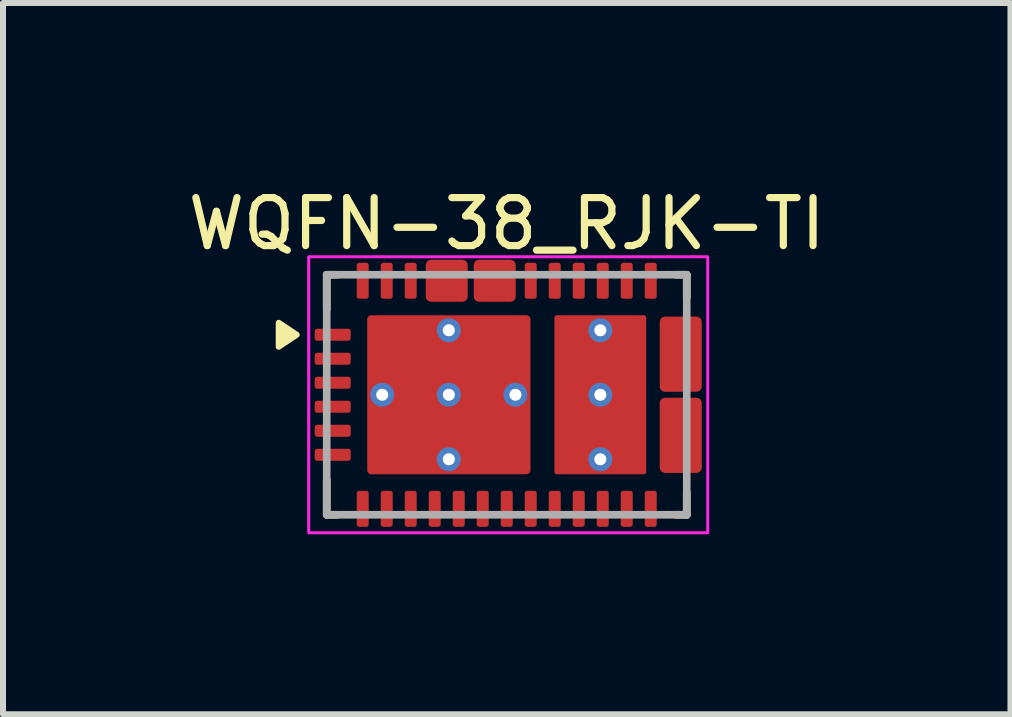
<source format=kicad_pcb>
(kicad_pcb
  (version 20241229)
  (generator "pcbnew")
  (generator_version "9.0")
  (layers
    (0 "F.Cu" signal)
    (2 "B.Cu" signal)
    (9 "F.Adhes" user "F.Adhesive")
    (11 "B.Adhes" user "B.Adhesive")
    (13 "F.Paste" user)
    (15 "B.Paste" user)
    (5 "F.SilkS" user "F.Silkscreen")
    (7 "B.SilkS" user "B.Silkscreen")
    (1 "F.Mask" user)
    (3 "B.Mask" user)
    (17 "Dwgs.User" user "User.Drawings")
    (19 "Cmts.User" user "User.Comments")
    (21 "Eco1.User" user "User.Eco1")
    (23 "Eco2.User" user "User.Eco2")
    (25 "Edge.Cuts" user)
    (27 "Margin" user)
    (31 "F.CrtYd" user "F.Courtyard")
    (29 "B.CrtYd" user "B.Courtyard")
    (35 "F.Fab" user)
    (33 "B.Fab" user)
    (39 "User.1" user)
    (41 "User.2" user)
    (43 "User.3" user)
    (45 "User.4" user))
  (footprint "WQFN-38_RJK-TI"
    (layer "F.Cu")
    (at 5.395 3.529)
    (property "Reference" "WQFN-38_RJK-TI" (at 0 -2.85 0) (layer "F.SilkS") (effects (font (size 0.8 0.8) (thickness 0.12))))
    (attr smd)
    (fp_poly (pts (xy -1.05 -1.875) (xy -0.95 -1.875) (xy -0.947 -1.875) (xy -0.945 -1.875) (xy -0.942 -1.876) (xy -0.94 -1.876) (xy -0.937 -1.877) (xy -0.935 -1.877) (xy -0.932 -1.878) (xy -0.93 -1.879) (xy -0.927 -1.88) (xy -0.925 -1.882) (xy -0.923 -1.883) (xy -0.921 -1.885) (xy -0.919 -1.886) (xy -0.917 -1.888) (xy -0.915 -1.89) (xy -0.913 -1.892) (xy -0.911 -1.894) (xy -0.91 -1.896) (xy -0.908 -1.898) (xy -0.907 -1.9) (xy -0.905 -1.902) (xy -0.904 -1.905) (xy -0.903 -1.907) (xy -0.902 -1.91) (xy -0.902 -1.912) (xy -0.901 -1.915) (xy -0.901 -1.917) (xy -0.9 -1.92) (xy -0.9 -1.922) (xy -0.9 -1.925) (xy -0.9 -2.15) (xy -0.9 -2.153) (xy -0.9 -2.155) (xy -0.899 -2.158) (xy -0.899 -2.16) (xy -0.898 -2.163) (xy -0.898 -2.165) (xy -0.897 -2.168) (xy -0.896 -2.17) (xy -0.895 -2.173) (xy -0.893 -2.175) (xy -0.892 -2.177) (xy -0.89 -2.179) (xy -0.889 -2.181) (xy -0.887 -2.183) (xy -0.885 -2.185) (xy -0.883 -2.187) (xy -0.881 -2.189) (xy -0.879 -2.19) (xy -0.877 -2.192) (xy -0.875 -2.193) (xy -0.873 -2.195) (xy -0.87 -2.196) (xy -0.868 -2.197) (xy -0.865 -2.198) (xy -0.863 -2.198) (xy -0.86 -2.199) (xy -0.858 -2.199) (xy -0.855 -2.2) (xy -0.853 -2.2) (xy -0.85 -2.2) (xy -0.75 -2.2) (xy -0.747 -2.2) (xy -0.745 -2.2) (xy -0.742 -2.199) (xy -0.74 -2.199) (xy -0.737 -2.198) (xy -0.735 -2.198) (xy -0.732 -2.197) (xy -0.73 -2.196) (xy -0.727 -2.195) (xy -0.725 -2.193) (xy -0.723 -2.192) (xy -0.721 -2.19) (xy -0.719 -2.189) (xy -0.717 -2.187) (xy -0.715 -2.185) (xy -0.713 -2.183) (xy -0.711 -2.181) (xy -0.71 -2.179) (xy -0.708 -2.177) (xy -0.707 -2.175) (xy -0.705 -2.173) (xy -0.704 -2.17) (xy -0.703 -2.168) (xy -0.702 -2.165) (xy -0.702 -2.163) (xy -0.701 -2.16) (xy -0.701 -2.158) (xy -0.7 -2.155) (xy -0.7 -2.153) (xy -0.7 -2.15) (xy -0.7 -1.65) (xy -0.7 -1.647) (xy -0.7 -1.645) (xy -0.701 -1.642) (xy -0.701 -1.64) (xy -0.702 -1.637) (xy -0.702 -1.635) (xy -0.703 -1.632) (xy -0.704 -1.63) (xy -0.705 -1.627) (xy -0.707 -1.625) (xy -0.708 -1.623) (xy -0.71 -1.621) (xy -0.711 -1.619) (xy -0.713 -1.617) (xy -0.715 -1.615) (xy -0.717 -1.613) (xy -0.719 -1.611) (xy -0.721 -1.61) (xy -0.723 -1.608) (xy -0.725 -1.607) (xy -0.727 -1.605) (xy -0.73 -1.604) (xy -0.732 -1.603) (xy -0.735 -1.602) (xy -0.737 -1.602) (xy -0.74 -1.601) (xy -0.742 -1.601) (xy -0.745 -1.6) (xy -0.747 -1.6) (xy -0.75 -1.6) (xy -1.25 -1.6) (xy -1.253 -1.6) (xy -1.255 -1.6) (xy -1.258 -1.601) (xy -1.26 -1.601) (xy -1.263 -1.602) (xy -1.265 -1.602) (xy -1.268 -1.603) (xy -1.27 -1.604) (xy -1.273 -1.605) (xy -1.275 -1.607) (xy -1.277 -1.608) (xy -1.279 -1.61) (xy -1.281 -1.611) (xy -1.283 -1.613) (xy -1.285 -1.615) (xy -1.287 -1.617) (xy -1.289 -1.619) (xy -1.29 -1.621) (xy -1.292 -1.623) (xy -1.293 -1.625) (xy -1.295 -1.627) (xy -1.296 -1.63) (xy -1.297 -1.632) (xy -1.298 -1.635) (xy -1.298 -1.637) (xy -1.299 -1.64) (xy -1.299 -1.642) (xy -1.3 -1.645) (xy -1.3 -1.647) (xy -1.3 -1.65) (xy -1.3 -2.15) (xy -1.3 -2.153) (xy -1.3 -2.155) (xy -1.299 -2.158) (xy -1.299 -2.16) (xy -1.298 -2.163) (xy -1.298 -2.165) (xy -1.297 -2.168) (xy -1.296 -2.17) (xy -1.295 -2.173) (xy -1.293 -2.175) (xy -1.292 -2.177) (xy -1.29 -2.179) (xy -1.289 -2.181) (xy -1.287 -2.183) (xy -1.285 -2.185) (xy -1.283 -2.187) (xy -1.281 -2.189) (xy -1.279 -2.19) (xy -1.277 -2.192) (xy -1.275 -2.193) (xy -1.273 -2.195) (xy -1.27 -2.196) (xy -1.268 -2.197) (xy -1.265 -2.198) (xy -1.263 -2.198) (xy -1.26 -2.199) (xy -1.258 -2.199) (xy -1.255 -2.2) (xy -1.253 -2.2) (xy -1.25 -2.2) (xy -1.15 -2.2) (xy -1.147 -2.2) (xy -1.145 -2.2) (xy -1.142 -2.199) (xy -1.14 -2.199) (xy -1.137 -2.198) (xy -1.135 -2.198) (xy -1.132 -2.197) (xy -1.13 -2.196) (xy -1.127 -2.195) (xy -1.125 -2.193) (xy -1.123 -2.192) (xy -1.121 -2.19) (xy -1.119 -2.189) (xy -1.117 -2.187) (xy -1.115 -2.185) (xy -1.113 -2.183) (xy -1.111 -2.181) (xy -1.11 -2.179) (xy -1.108 -2.177) (xy -1.107 -2.175) (xy -1.105 -2.173) (xy -1.104 -2.17) (xy -1.103 -2.168) (xy -1.102 -2.165) (xy -1.102 -2.163) (xy -1.101 -2.16) (xy -1.101 -2.158) (xy -1.1 -2.155) (xy -1.1 -2.153) (xy -1.1 -2.15) (xy -1.1 -1.925) (xy -1.1 -1.922) (xy -1.1 -1.92) (xy -1.099 -1.917) (xy -1.099 -1.915) (xy -1.098 -1.912) (xy -1.098 -1.91) (xy -1.097 -1.907) (xy -1.096 -1.905) (xy -1.095 -1.902) (xy -1.093 -1.9) (xy -1.092 -1.898) (xy -1.09 -1.896) (xy -1.089 -1.894) (xy -1.087 -1.892) (xy -1.085 -1.89) (xy -1.083 -1.888) (xy -1.081 -1.886) (xy -1.079 -1.885) (xy -1.077 -1.883) (xy -1.075 -1.882) (xy -1.073 -1.88) (xy -1.07 -1.879) (xy -1.068 -1.878) (xy -1.065 -1.877) (xy -1.063 -1.877) (xy -1.06 -1.876) (xy -1.058 -1.876) (xy -1.055 -1.875) (xy -1.053 -1.875) (xy -1.05 -1.875)) (stroke (width 0.01) (type solid)) (fill yes) (layer "F.Mask"))
    (fp_poly (pts (xy -0.1 -1.925) (xy -0.1 -2.15) (xy -0.1 -2.153) (xy -0.1 -2.155) (xy -0.099 -2.158) (xy -0.099 -2.16) (xy -0.098 -2.163) (xy -0.098 -2.165) (xy -0.097 -2.168) (xy -0.096 -2.17) (xy -0.095 -2.173) (xy -0.093 -2.175) (xy -0.092 -2.177) (xy -0.09 -2.179) (xy -0.089 -2.181) (xy -0.087 -2.183) (xy -0.085 -2.185) (xy -0.083 -2.187) (xy -0.081 -2.189) (xy -0.079 -2.19) (xy -0.077 -2.192) (xy -0.075 -2.193) (xy -0.073 -2.195) (xy -0.07 -2.196) (xy -0.068 -2.197) (xy -0.065 -2.198) (xy -0.063 -2.198) (xy -0.06 -2.199) (xy -0.058 -2.199) (xy -0.055 -2.2) (xy -0.053 -2.2) (xy -0.05 -2.2) (xy 0.05 -2.2) (xy 0.053 -2.2) (xy 0.055 -2.2) (xy 0.058 -2.199) (xy 0.06 -2.199) (xy 0.063 -2.198) (xy 0.065 -2.198) (xy 0.068 -2.197) (xy 0.07 -2.196) (xy 0.073 -2.195) (xy 0.075 -2.193) (xy 0.077 -2.192) (xy 0.079 -2.19) (xy 0.081 -2.189) (xy 0.083 -2.187) (xy 0.085 -2.185) (xy 0.087 -2.183) (xy 0.089 -2.181) (xy 0.09 -2.179) (xy 0.092 -2.177) (xy 0.093 -2.175) (xy 0.095 -2.173) (xy 0.096 -2.17) (xy 0.097 -2.168) (xy 0.098 -2.165) (xy 0.098 -2.163) (xy 0.099 -2.16) (xy 0.099 -2.158) (xy 0.1 -2.155) (xy 0.1 -2.153) (xy 0.1 -2.15) (xy 0.1 -1.65) (xy 0.1 -1.647) (xy 0.1 -1.645) (xy 0.099 -1.642) (xy 0.099 -1.64) (xy 0.098 -1.637) (xy 0.098 -1.635) (xy 0.097 -1.632) (xy 0.096 -1.63) (xy 0.095 -1.627) (xy 0.093 -1.625) (xy 0.092 -1.623) (xy 0.09 -1.621) (xy 0.089 -1.619) (xy 0.087 -1.617) (xy 0.085 -1.615) (xy 0.083 -1.613) (xy 0.081 -1.611) (xy 0.079 -1.61) (xy 0.077 -1.608) (xy 0.075 -1.607) (xy 0.073 -1.605) (xy 0.07 -1.604) (xy 0.068 -1.603) (xy 0.065 -1.602) (xy 0.063 -1.602) (xy 0.06 -1.601) (xy 0.058 -1.601) (xy 0.055 -1.6) (xy 0.053 -1.6) (xy 0.05 -1.6) (xy -0.45 -1.6) (xy -0.453 -1.6) (xy -0.455 -1.6) (xy -0.458 -1.601) (xy -0.46 -1.601) (xy -0.463 -1.602) (xy -0.465 -1.602) (xy -0.468 -1.603) (xy -0.47 -1.604) (xy -0.473 -1.605) (xy -0.475 -1.607) (xy -0.477 -1.608) (xy -0.479 -1.61) (xy -0.481 -1.611) (xy -0.483 -1.613) (xy -0.485 -1.615) (xy -0.487 -1.617) (xy -0.489 -1.619) (xy -0.49 -1.621) (xy -0.492 -1.623) (xy -0.493 -1.625) (xy -0.495 -1.627) (xy -0.496 -1.63) (xy -0.497 -1.632) (xy -0.498 -1.635) (xy -0.498 -1.637) (xy -0.499 -1.64) (xy -0.499 -1.642) (xy -0.5 -1.645) (xy -0.5 -1.647) (xy -0.5 -1.65) (xy -0.5 -2.15) (xy -0.5 -2.153) (xy -0.5 -2.155) (xy -0.499 -2.158) (xy -0.499 -2.16) (xy -0.498 -2.163) (xy -0.498 -2.165) (xy -0.497 -2.168) (xy -0.496 -2.17) (xy -0.495 -2.173) (xy -0.493 -2.175) (xy -0.492 -2.177) (xy -0.49 -2.179) (xy -0.489 -2.181) (xy -0.487 -2.183) (xy -0.485 -2.185) (xy -0.483 -2.187) (xy -0.481 -2.189) (xy -0.479 -2.19) (xy -0.477 -2.192) (xy -0.475 -2.193) (xy -0.473 -2.195) (xy -0.47 -2.196) (xy -0.468 -2.197) (xy -0.465 -2.198) (xy -0.463 -2.198) (xy -0.46 -2.199) (xy -0.458 -2.199) (xy -0.455 -2.2) (xy -0.453 -2.2) (xy -0.45 -2.2) (xy -0.35 -2.2) (xy -0.347 -2.2) (xy -0.345 -2.2) (xy -0.342 -2.199) (xy -0.34 -2.199) (xy -0.337 -2.198) (xy -0.335 -2.198) (xy -0.332 -2.197) (xy -0.33 -2.196) (xy -0.327 -2.195) (xy -0.325 -2.193) (xy -0.323 -2.192) (xy -0.321 -2.19) (xy -0.319 -2.189) (xy -0.317 -2.187) (xy -0.315 -2.185) (xy -0.313 -2.183) (xy -0.311 -2.181) (xy -0.31 -2.179) (xy -0.308 -2.177) (xy -0.307 -2.175) (xy -0.305 -2.173) (xy -0.304 -2.17) (xy -0.303 -2.168) (xy -0.302 -2.165) (xy -0.302 -2.163) (xy -0.301 -2.16) (xy -0.301 -2.158) (xy -0.3 -2.155) (xy -0.3 -2.153) (xy -0.3 -2.15) (xy -0.3 -1.925) (xy -0.3 -1.922) (xy -0.3 -1.92) (xy -0.299 -1.917) (xy -0.299 -1.915) (xy -0.298 -1.912) (xy -0.298 -1.91) (xy -0.297 -1.907) (xy -0.296 -1.905) (xy -0.295 -1.902) (xy -0.293 -1.9) (xy -0.292 -1.898) (xy -0.29 -1.896) (xy -0.289 -1.894) (xy -0.287 -1.892) (xy -0.285 -1.89) (xy -0.283 -1.888) (xy -0.281 -1.886) (xy -0.279 -1.885) (xy -0.277 -1.883) (xy -0.275 -1.882) (xy -0.273 -1.88) (xy -0.27 -1.879) (xy -0.268 -1.878) (xy -0.265 -1.877) (xy -0.263 -1.877) (xy -0.26 -1.876) (xy -0.258 -1.876) (xy -0.255 -1.875) (xy -0.253 -1.875) (xy -0.25 -1.875) (xy -0.15 -1.875) (xy -0.147 -1.875) (xy -0.145 -1.875) (xy -0.142 -1.876) (xy -0.14 -1.876) (xy -0.137 -1.877) (xy -0.135 -1.877) (xy -0.132 -1.878) (xy -0.13 -1.879) (xy -0.127 -1.88) (xy -0.125 -1.882) (xy -0.123 -1.883) (xy -0.121 -1.885) (xy -0.119 -1.886) (xy -0.117 -1.888) (xy -0.115 -1.89) (xy -0.113 -1.892) (xy -0.111 -1.894) (xy -0.11 -1.896) (xy -0.108 -1.898) (xy -0.107 -1.9) (xy -0.105 -1.902) (xy -0.104 -1.905) (xy -0.103 -1.907) (xy -0.102 -1.91) (xy -0.102 -1.912) (xy -0.101 -1.915) (xy -0.101 -1.917) (xy -0.1 -1.92) (xy -0.1 -1.922) (xy -0.1 -1.925)) (stroke (width 0.01) (type solid)) (fill yes) (layer "F.Mask"))
    (fp_poly (pts (xy 3.15 -0.1) (xy 2.65 -0.1) (xy 2.647 -0.1) (xy 2.645 -0.1) (xy 2.642 -0.101) (xy 2.64 -0.101) (xy 2.637 -0.102) (xy 2.635 -0.102) (xy 2.632 -0.103) (xy 2.63 -0.104) (xy 2.627 -0.105) (xy 2.625 -0.107) (xy 2.623 -0.108) (xy 2.621 -0.11) (xy 2.619 -0.111) (xy 2.617 -0.113) (xy 2.615 -0.115) (xy 2.613 -0.117) (xy 2.611 -0.119) (xy 2.61 -0.121) (xy 2.608 -0.123) (xy 2.607 -0.125) (xy 2.605 -0.127) (xy 2.604 -0.13) (xy 2.603 -0.132) (xy 2.602 -0.135) (xy 2.602 -0.137) (xy 2.601 -0.14) (xy 2.601 -0.142) (xy 2.6 -0.145) (xy 2.6 -0.147) (xy 2.6 -0.15) (xy 2.6 -1.203) (xy 2.6 -1.206) (xy 2.6 -1.208) (xy 2.601 -1.211) (xy 2.601 -1.213) (xy 2.602 -1.216) (xy 2.602 -1.218) (xy 2.603 -1.221) (xy 2.604 -1.223) (xy 2.605 -1.226) (xy 2.607 -1.228) (xy 2.608 -1.23) (xy 2.61 -1.232) (xy 2.611 -1.234) (xy 2.613 -1.236) (xy 2.615 -1.238) (xy 2.617 -1.24) (xy 2.619 -1.242) (xy 2.621 -1.243) (xy 2.623 -1.245) (xy 2.625 -1.246) (xy 2.627 -1.248) (xy 2.63 -1.249) (xy 2.632 -1.25) (xy 2.635 -1.251) (xy 2.637 -1.251) (xy 2.64 -1.252) (xy 2.642 -1.252) (xy 2.645 -1.253) (xy 2.647 -1.253) (xy 2.65 -1.253) (xy 3.15 -1.253) (xy 3.153 -1.253) (xy 3.155 -1.253) (xy 3.158 -1.252) (xy 3.16 -1.252) (xy 3.163 -1.251) (xy 3.165 -1.251) (xy 3.168 -1.25) (xy 3.17 -1.249) (xy 3.173 -1.248) (xy 3.175 -1.246) (xy 3.177 -1.245) (xy 3.179 -1.243) (xy 3.181 -1.242) (xy 3.183 -1.24) (xy 3.185 -1.238) (xy 3.187 -1.236) (xy 3.189 -1.234) (xy 3.19 -1.232) (xy 3.192 -1.23) (xy 3.193 -1.228) (xy 3.195 -1.226) (xy 3.196 -1.223) (xy 3.197 -1.221) (xy 3.198 -1.218) (xy 3.198 -1.216) (xy 3.199 -1.213) (xy 3.199 -1.211) (xy 3.2 -1.208) (xy 3.2 -1.206) (xy 3.2 -1.203) (xy 3.2 -1.05) (xy 3.2 -1.047) (xy 3.2 -1.045) (xy 3.199 -1.042) (xy 3.199 -1.04) (xy 3.198 -1.037) (xy 3.198 -1.035) (xy 3.197 -1.032) (xy 3.196 -1.03) (xy 3.195 -1.027) (xy 3.193 -1.025) (xy 3.192 -1.023) (xy 3.19 -1.021) (xy 3.189 -1.019) (xy 3.187 -1.017) (xy 3.185 -1.015) (xy 3.183 -1.013) (xy 3.181 -1.011) (xy 3.179 -1.01) (xy 3.177 -1.008) (xy 3.175 -1.007) (xy 3.173 -1.005) (xy 3.17 -1.004) (xy 3.168 -1.003) (xy 3.165 -1.002) (xy 3.163 -1.002) (xy 3.16 -1.001) (xy 3.158 -1.001) (xy 3.155 -1) (xy 3.153 -1) (xy 3.15 -1) (xy 2.925 -1) (xy 2.922 -1) (xy 2.92 -1) (xy 2.917 -0.999) (xy 2.915 -0.999) (xy 2.912 -0.998) (xy 2.91 -0.998) (xy 2.907 -0.997) (xy 2.905 -0.996) (xy 2.902 -0.995) (xy 2.9 -0.993) (xy 2.898 -0.992) (xy 2.896 -0.99) (xy 2.894 -0.989) (xy 2.892 -0.987) (xy 2.89 -0.985) (xy 2.888 -0.983) (xy 2.886 -0.981) (xy 2.885 -0.979) (xy 2.883 -0.977) (xy 2.882 -0.975) (xy 2.88 -0.973) (xy 2.879 -0.97) (xy 2.878 -0.968) (xy 2.877 -0.965) (xy 2.877 -0.963) (xy 2.876 -0.96) (xy 2.876 -0.958) (xy 2.875 -0.955) (xy 2.875 -0.953) (xy 2.875 -0.95) (xy 2.875 -0.8) (xy 2.875 -0.797) (xy 2.875 -0.795) (xy 2.876 -0.792) (xy 2.876 -0.79) (xy 2.877 -0.787) (xy 2.877 -0.785) (xy 2.878 -0.782) (xy 2.879 -0.78) (xy 2.88 -0.777) (xy 2.882 -0.775) (xy 2.883 -0.773) (xy 2.885 -0.771) (xy 2.886 -0.769) (xy 2.888 -0.767) (xy 2.89 -0.765) (xy 2.892 -0.763) (xy 2.894 -0.761) (xy 2.896 -0.76) (xy 2.898 -0.758) (xy 2.9 -0.757) (xy 2.902 -0.755) (xy 2.905 -0.754) (xy 2.907 -0.753) (xy 2.91 -0.752) (xy 2.912 -0.752) (xy 2.915 -0.751) (xy 2.917 -0.751) (xy 2.92 -0.75) (xy 2.922 -0.75) (xy 2.925 -0.75) (xy 3.15 -0.75) (xy 3.153 -0.75) (xy 3.155 -0.75) (xy 3.158 -0.749) (xy 3.16 -0.749) (xy 3.163 -0.748) (xy 3.165 -0.748) (xy 3.168 -0.747) (xy 3.17 -0.746) (xy 3.173 -0.745) (xy 3.175 -0.743) (xy 3.177 -0.742) (xy 3.179 -0.74) (xy 3.181 -0.739) (xy 3.183 -0.737) (xy 3.185 -0.735) (xy 3.187 -0.733) (xy 3.189 -0.731) (xy 3.19 -0.729) (xy 3.192 -0.727) (xy 3.193 -0.725) (xy 3.195 -0.723) (xy 3.196 -0.72) (xy 3.197 -0.718) (xy 3.198 -0.715) (xy 3.198 -0.713) (xy 3.199 -0.71) (xy 3.199 -0.708) (xy 3.2 -0.705) (xy 3.2 -0.703) (xy 3.2 -0.7) (xy 3.2 -0.6) (xy 3.2 -0.597) (xy 3.2 -0.595) (xy 3.199 -0.592) (xy 3.199 -0.59) (xy 3.198 -0.587) (xy 3.198 -0.585) (xy 3.197 -0.582) (xy 3.196 -0.58) (xy 3.195 -0.577) (xy 3.193 -0.575) (xy 3.192 -0.573) (xy 3.19 -0.571) (xy 3.189 -0.569) (xy 3.187 -0.567) (xy 3.185 -0.565) (xy 3.183 -0.563) (xy 3.181 -0.561) (xy 3.179 -0.56) (xy 3.177 -0.558) (xy 3.175 -0.557) (xy 3.173 -0.555) (xy 3.17 -0.554) (xy 3.168 -0.553) (xy 3.165 -0.552) (xy 3.163 -0.552) (xy 3.16 -0.551) (xy 3.158 -0.551) (xy 3.155 -0.55) (xy 3.153 -0.55) (xy 3.15 -0.55) (xy 2.925 -0.55) (xy 2.922 -0.55) (xy 2.92 -0.55) (xy 2.917 -0.549) (xy 2.915 -0.549) (xy 2.912 -0.548) (xy 2.91 -0.548) (xy 2.907 -0.547) (xy 2.905 -0.546) (xy 2.902 -0.545) (xy 2.9 -0.543) (xy 2.898 -0.542) (xy 2.896 -0.54) (xy 2.894 -0.539) (xy 2.892 -0.537) (xy 2.89 -0.535) (xy 2.888 -0.533) (xy 2.886 -0.531) (xy 2.885 -0.529) (xy 2.883 -0.527) (xy 2.882 -0.525) (xy 2.88 -0.523) (xy 2.879 -0.52) (xy 2.878 -0.518) (xy 2.877 -0.515) (xy 2.877 -0.513) (xy 2.876 -0.51) (xy 2.876 -0.508) (xy 2.875 -0.505) (xy 2.875 -0.503) (xy 2.875 -0.5) (xy 2.875 -0.35) (xy 2.875 -0.347) (xy 2.875 -0.345) (xy 2.876 -0.342) (xy 2.876 -0.34) (xy 2.877 -0.337) (xy 2.877 -0.335) (xy 2.878 -0.332) (xy 2.879 -0.33) (xy 2.88 -0.327) (xy 2.882 -0.325) (xy 2.883 -0.323) (xy 2.885 -0.321) (xy 2.886 -0.319) (xy 2.888 -0.317) (xy 2.89 -0.315) (xy 2.892 -0.313) (xy 2.894 -0.311) (xy 2.896 -0.31) (xy 2.898 -0.308) (xy 2.9 -0.307) (xy 2.902 -0.305) (xy 2.905 -0.304) (xy 2.907 -0.303) (xy 2.91 -0.302) (xy 2.912 -0.302) (xy 2.915 -0.301) (xy 2.917 -0.301) (xy 2.92 -0.3) (xy 2.922 -0.3) (xy 2.925 -0.3) (xy 3.15 -0.3) (xy 3.153 -0.3) (xy 3.155 -0.3) (xy 3.158 -0.299) (xy 3.16 -0.299) (xy 3.163 -0.298) (xy 3.165 -0.298) (xy 3.168 -0.297) (xy 3.17 -0.296) (xy 3.173 -0.295) (xy 3.175 -0.293) (xy 3.177 -0.292) (xy 3.179 -0.29) (xy 3.181 -0.289) (xy 3.183 -0.287) (xy 3.185 -0.285) (xy 3.187 -0.283) (xy 3.189 -0.281) (xy 3.19 -0.279) (xy 3.192 -0.277) (xy 3.193 -0.275) (xy 3.195 -0.273) (xy 3.196 -0.27) (xy 3.197 -0.268) (xy 3.198 -0.265) (xy 3.198 -0.263) (xy 3.199 -0.26) (xy 3.199 -0.258) (xy 3.2 -0.255) (xy 3.2 -0.253) (xy 3.2 -0.25) (xy 3.2 -0.15) (xy 3.2 -0.147) (xy 3.2 -0.145) (xy 3.199 -0.142) (xy 3.199 -0.14) (xy 3.198 -0.137) (xy 3.198 -0.135) (xy 3.197 -0.132) (xy 3.196 -0.13) (xy 3.195 -0.127) (xy 3.193 -0.125) (xy 3.192 -0.123) (xy 3.19 -0.121) (xy 3.189 -0.119) (xy 3.187 -0.117) (xy 3.185 -0.115) (xy 3.183 -0.113) (xy 3.181 -0.111) (xy 3.179 -0.11) (xy 3.177 -0.108) (xy 3.175 -0.107) (xy 3.173 -0.105) (xy 3.17 -0.104) (xy 3.168 -0.103) (xy 3.165 -0.102) (xy 3.163 -0.102) (xy 3.16 -0.101) (xy 3.158 -0.101) (xy 3.155 -0.1) (xy 3.153 -0.1) (xy 3.15 -0.1)) (stroke (width 0.01) (type solid)) (fill yes) (layer "F.Mask"))
    (fp_poly (pts (xy 3.15 1.253) (xy 2.65 1.253) (xy 2.647 1.253) (xy 2.645 1.253) (xy 2.642 1.252) (xy 2.64 1.252) (xy 2.637 1.251) (xy 2.635 1.251) (xy 2.632 1.25) (xy 2.63 1.249) (xy 2.627 1.248) (xy 2.625 1.246) (xy 2.623 1.245) (xy 2.621 1.243) (xy 2.619 1.242) (xy 2.617 1.24) (xy 2.615 1.238) (xy 2.613 1.236) (xy 2.611 1.234) (xy 2.61 1.232) (xy 2.608 1.23) (xy 2.607 1.228) (xy 2.605 1.226) (xy 2.604 1.223) (xy 2.603 1.221) (xy 2.602 1.218) (xy 2.602 1.216) (xy 2.601 1.213) (xy 2.601 1.211) (xy 2.6 1.208) (xy 2.6 1.206) (xy 2.6 1.203) (xy 2.6 0.15) (xy 2.6 0.147) (xy 2.6 0.145) (xy 2.601 0.142) (xy 2.601 0.14) (xy 2.602 0.137) (xy 2.602 0.135) (xy 2.603 0.132) (xy 2.604 0.13) (xy 2.605 0.127) (xy 2.607 0.125) (xy 2.608 0.123) (xy 2.61 0.121) (xy 2.611 0.119) (xy 2.613 0.117) (xy 2.615 0.115) (xy 2.617 0.113) (xy 2.619 0.111) (xy 2.621 0.11) (xy 2.623 0.108) (xy 2.625 0.107) (xy 2.627 0.105) (xy 2.63 0.104) (xy 2.632 0.103) (xy 2.635 0.102) (xy 2.637 0.102) (xy 2.64 0.101) (xy 2.642 0.101) (xy 2.645 0.1) (xy 2.647 0.1) (xy 2.65 0.1) (xy 3.15 0.1) (xy 3.153 0.1) (xy 3.155 0.1) (xy 3.158 0.101) (xy 3.16 0.101) (xy 3.163 0.102) (xy 3.165 0.102) (xy 3.168 0.103) (xy 3.17 0.104) (xy 3.173 0.105) (xy 3.175 0.107) (xy 3.177 0.108) (xy 3.179 0.11) (xy 3.181 0.111) (xy 3.183 0.113) (xy 3.185 0.115) (xy 3.187 0.117) (xy 3.189 0.119) (xy 3.19 0.121) (xy 3.192 0.123) (xy 3.193 0.125) (xy 3.195 0.127) (xy 3.196 0.13) (xy 3.197 0.132) (xy 3.198 0.135) (xy 3.198 0.137) (xy 3.199 0.14) (xy 3.199 0.142) (xy 3.2 0.145) (xy 3.2 0.147) (xy 3.2 0.15) (xy 3.2 0.25) (xy 3.2 0.253) (xy 3.2 0.255) (xy 3.199 0.258) (xy 3.199 0.26) (xy 3.198 0.263) (xy 3.198 0.265) (xy 3.197 0.268) (xy 3.196 0.27) (xy 3.195 0.273) (xy 3.193 0.275) (xy 3.192 0.277) (xy 3.19 0.279) (xy 3.189 0.281) (xy 3.187 0.283) (xy 3.185 0.285) (xy 3.183 0.287) (xy 3.181 0.289) (xy 3.179 0.29) (xy 3.177 0.292) (xy 3.175 0.293) (xy 3.173 0.295) (xy 3.17 0.296) (xy 3.168 0.297) (xy 3.165 0.298) (xy 3.163 0.298) (xy 3.16 0.299) (xy 3.158 0.299) (xy 3.155 0.3) (xy 3.153 0.3) (xy 3.15 0.3) (xy 2.925 0.3) (xy 2.922 0.3) (xy 2.92 0.3) (xy 2.917 0.301) (xy 2.915 0.301) (xy 2.912 0.302) (xy 2.91 0.302) (xy 2.907 0.303) (xy 2.905 0.304) (xy 2.902 0.305) (xy 2.9 0.307) (xy 2.898 0.308) (xy 2.896 0.31) (xy 2.894 0.311) (xy 2.892 0.313) (xy 2.89 0.315) (xy 2.888 0.317) (xy 2.886 0.319) (xy 2.885 0.321) (xy 2.883 0.323) (xy 2.882 0.325) (xy 2.88 0.327) (xy 2.879 0.33) (xy 2.878 0.332) (xy 2.877 0.335) (xy 2.877 0.337) (xy 2.876 0.34) (xy 2.876 0.342) (xy 2.875 0.345) (xy 2.875 0.347) (xy 2.875 0.35) (xy 2.875 0.5) (xy 2.875 0.503) (xy 2.875 0.505) (xy 2.876 0.508) (xy 2.876 0.51) (xy 2.877 0.513) (xy 2.877 0.515) (xy 2.878 0.518) (xy 2.879 0.52) (xy 2.88 0.523) (xy 2.882 0.525) (xy 2.883 0.527) (xy 2.885 0.529) (xy 2.886 0.531) (xy 2.888 0.533) (xy 2.89 0.535) (xy 2.892 0.537) (xy 2.894 0.539) (xy 2.896 0.54) (xy 2.898 0.542) (xy 2.9 0.543) (xy 2.902 0.545) (xy 2.905 0.546) (xy 2.907 0.547) (xy 2.91 0.548) (xy 2.912 0.548) (xy 2.915 0.549) (xy 2.917 0.549) (xy 2.92 0.55) (xy 2.922 0.55) (xy 2.925 0.55) (xy 3.15 0.55) (xy 3.153 0.55) (xy 3.155 0.55) (xy 3.158 0.551) (xy 3.16 0.551) (xy 3.163 0.552) (xy 3.165 0.552) (xy 3.168 0.553) (xy 3.17 0.554) (xy 3.173 0.555) (xy 3.175 0.557) (xy 3.177 0.558) (xy 3.179 0.56) (xy 3.181 0.561) (xy 3.183 0.563) (xy 3.185 0.565) (xy 3.187 0.567) (xy 3.189 0.569) (xy 3.19 0.571) (xy 3.192 0.573) (xy 3.193 0.575) (xy 3.195 0.577) (xy 3.196 0.58) (xy 3.197 0.582) (xy 3.198 0.585) (xy 3.198 0.587) (xy 3.199 0.59) (xy 3.199 0.592) (xy 3.2 0.595) (xy 3.2 0.597) (xy 3.2 0.6) (xy 3.2 0.7) (xy 3.2 0.703) (xy 3.2 0.705) (xy 3.199 0.708) (xy 3.199 0.71) (xy 3.198 0.713) (xy 3.198 0.715) (xy 3.197 0.718) (xy 3.196 0.72) (xy 3.195 0.723) (xy 3.193 0.725) (xy 3.192 0.727) (xy 3.19 0.729) (xy 3.189 0.731) (xy 3.187 0.733) (xy 3.185 0.735) (xy 3.183 0.737) (xy 3.181 0.739) (xy 3.179 0.74) (xy 3.177 0.742) (xy 3.175 0.743) (xy 3.173 0.745) (xy 3.17 0.746) (xy 3.168 0.747) (xy 3.165 0.748) (xy 3.163 0.748) (xy 3.16 0.749) (xy 3.158 0.749) (xy 3.155 0.75) (xy 3.153 0.75) (xy 3.15 0.75) (xy 2.925 0.75) (xy 2.922 0.75) (xy 2.92 0.75) (xy 2.917 0.751) (xy 2.915 0.751) (xy 2.912 0.752) (xy 2.91 0.752) (xy 2.907 0.753) (xy 2.905 0.754) (xy 2.902 0.755) (xy 2.9 0.757) (xy 2.898 0.758) (xy 2.896 0.76) (xy 2.894 0.761) (xy 2.892 0.763) (xy 2.89 0.765) (xy 2.888 0.767) (xy 2.886 0.769) (xy 2.885 0.771) (xy 2.883 0.773) (xy 2.882 0.775) (xy 2.88 0.777) (xy 2.879 0.78) (xy 2.878 0.782) (xy 2.877 0.785) (xy 2.877 0.787) (xy 2.876 0.79) (xy 2.876 0.792) (xy 2.875 0.795) (xy 2.875 0.797) (xy 2.875 0.8) (xy 2.875 0.95) (xy 2.875 0.953) (xy 2.875 0.955) (xy 2.876 0.958) (xy 2.876 0.96) (xy 2.877 0.963) (xy 2.877 0.965) (xy 2.878 0.968) (xy 2.879 0.97) (xy 2.88 0.973) (xy 2.882 0.975) (xy 2.883 0.977) (xy 2.885 0.979) (xy 2.886 0.981) (xy 2.888 0.983) (xy 2.89 0.985) (xy 2.892 0.987) (xy 2.894 0.989) (xy 2.896 0.99) (xy 2.898 0.992) (xy 2.9 0.993) (xy 2.902 0.995) (xy 2.905 0.996) (xy 2.907 0.997) (xy 2.91 0.998) (xy 2.912 0.998) (xy 2.915 0.999) (xy 2.917 0.999) (xy 2.92 1) (xy 2.922 1) (xy 2.925 1) (xy 3.15 1) (xy 3.153 1) (xy 3.155 1) (xy 3.158 1.001) (xy 3.16 1.001) (xy 3.163 1.002) (xy 3.165 1.002) (xy 3.168 1.003) (xy 3.17 1.004) (xy 3.173 1.005) (xy 3.175 1.007) (xy 3.177 1.008) (xy 3.179 1.01) (xy 3.181 1.011) (xy 3.183 1.013) (xy 3.185 1.015) (xy 3.187 1.017) (xy 3.189 1.019) (xy 3.19 1.021) (xy 3.192 1.023) (xy 3.193 1.025) (xy 3.195 1.027) (xy 3.196 1.03) (xy 3.197 1.032) (xy 3.198 1.035) (xy 3.198 1.037) (xy 3.199 1.04) (xy 3.199 1.042) (xy 3.2 1.045) (xy 3.2 1.047) (xy 3.2 1.05) (xy 3.2 1.203) (xy 3.2 1.206) (xy 3.2 1.208) (xy 3.199 1.211) (xy 3.199 1.213) (xy 3.198 1.216) (xy 3.198 1.218) (xy 3.197 1.221) (xy 3.196 1.223) (xy 3.195 1.226) (xy 3.193 1.228) (xy 3.192 1.23) (xy 3.19 1.232) (xy 3.189 1.234) (xy 3.187 1.236) (xy 3.185 1.238) (xy 3.183 1.24) (xy 3.181 1.242) (xy 3.179 1.243) (xy 3.177 1.245) (xy 3.175 1.246) (xy 3.173 1.248) (xy 3.17 1.249) (xy 3.168 1.25) (xy 3.165 1.251) (xy 3.163 1.251) (xy 3.16 1.252) (xy 3.158 1.252) (xy 3.155 1.253) (xy 3.153 1.253) (xy 3.15 1.253)) (stroke (width 0.01) (type solid)) (fill yes) (layer "F.Mask"))
    (fp_line (start -3 -2) (end -2.82 -2) (stroke (width 0.127) (type solid)) (layer "F.SilkS"))
    (fp_line (start -3 -1.42) (end -3 -2) (stroke (width 0.127) (type solid)) (layer "F.SilkS"))
    (fp_line (start -3 2) (end -3 1.42) (stroke (width 0.127) (type solid)) (layer "F.SilkS"))
    (fp_line (start -2.82 2) (end -3 2) (stroke (width 0.127) (type solid)) (layer "F.SilkS"))
    (fp_line (start 2.82 -2) (end 3 -2) (stroke (width 0.127) (type solid)) (layer "F.SilkS"))
    (fp_line (start 3 -2) (end 3 -1.623) (stroke (width 0.127) (type solid)) (layer "F.SilkS"))
    (fp_line (start 3 2) (end 2.82 2) (stroke (width 0.127) (type solid)) (layer "F.SilkS"))
    (fp_line (start 3 2) (end 3 1.623) (stroke (width 0.127) (type solid)) (layer "F.SilkS"))
    (fp_poly (pts (xy -3.5 -1) (xy -3.8 -1.2) (xy -3.8 -0.8)) (stroke (width 0.1) (type solid)) (fill yes) (layer "F.SilkS"))
    (fp_poly (pts (xy -1.065 -1.225) (xy -1.065 -0.155) (xy -1.065 -0.152) (xy -1.065 -0.15) (xy -1.066 -0.147) (xy -1.066 -0.145) (xy -1.067 -0.142) (xy -1.067 -0.14) (xy -1.068 -0.137) (xy -1.069 -0.135) (xy -1.07 -0.132) (xy -1.072 -0.13) (xy -1.073 -0.128) (xy -1.075 -0.126) (xy -1.076 -0.124) (xy -1.078 -0.122) (xy -1.08 -0.12) (xy -1.082 -0.118) (xy -1.084 -0.116) (xy -1.086 -0.115) (xy -1.088 -0.113) (xy -1.09 -0.112) (xy -1.092 -0.11) (xy -1.095 -0.109) (xy -1.097 -0.108) (xy -1.1 -0.107) (xy -1.102 -0.107) (xy -1.105 -0.106) (xy -1.107 -0.106) (xy -1.11 -0.105) (xy -1.112 -0.105) (xy -1.115 -0.105) (xy -2.215 -0.105) (xy -2.218 -0.105) (xy -2.22 -0.105) (xy -2.223 -0.106) (xy -2.225 -0.106) (xy -2.228 -0.107) (xy -2.23 -0.107) (xy -2.233 -0.108) (xy -2.235 -0.109) (xy -2.238 -0.11) (xy -2.24 -0.112) (xy -2.242 -0.113) (xy -2.244 -0.115) (xy -2.246 -0.116) (xy -2.248 -0.118) (xy -2.25 -0.12) (xy -2.252 -0.122) (xy -2.254 -0.124) (xy -2.255 -0.126) (xy -2.257 -0.128) (xy -2.258 -0.13) (xy -2.26 -0.132) (xy -2.261 -0.135) (xy -2.262 -0.137) (xy -2.263 -0.14) (xy -2.263 -0.142) (xy -2.264 -0.145) (xy -2.264 -0.147) (xy -2.265 -0.15) (xy -2.265 -0.152) (xy -2.265 -0.155) (xy -2.265 -1.225) (xy -2.265 -1.228) (xy -2.265 -1.23) (xy -2.264 -1.233) (xy -2.264 -1.235) (xy -2.263 -1.238) (xy -2.263 -1.24) (xy -2.262 -1.243) (xy -2.261 -1.245) (xy -2.26 -1.248) (xy -2.258 -1.25) (xy -2.257 -1.252) (xy -2.255 -1.254) (xy -2.254 -1.256) (xy -2.252 -1.258) (xy -2.25 -1.26) (xy -2.248 -1.262) (xy -2.246 -1.264) (xy -2.244 -1.265) (xy -2.242 -1.267) (xy -2.24 -1.268) (xy -2.238 -1.27) (xy -2.235 -1.271) (xy -2.233 -1.272) (xy -2.23 -1.273) (xy -2.228 -1.273) (xy -2.225 -1.274) (xy -2.223 -1.274) (xy -2.22 -1.275) (xy -2.218 -1.275) (xy -2.215 -1.275) (xy -1.115 -1.275) (xy -1.112 -1.275) (xy -1.11 -1.275) (xy -1.107 -1.274) (xy -1.105 -1.274) (xy -1.102 -1.273) (xy -1.1 -1.273) (xy -1.097 -1.272) (xy -1.095 -1.271) (xy -1.092 -1.27) (xy -1.09 -1.268) (xy -1.088 -1.267) (xy -1.086 -1.265) (xy -1.084 -1.264) (xy -1.082 -1.262) (xy -1.08 -1.26) (xy -1.078 -1.258) (xy -1.076 -1.256) (xy -1.075 -1.254) (xy -1.073 -1.252) (xy -1.072 -1.25) (xy -1.07 -1.248) (xy -1.069 -1.245) (xy -1.068 -1.243) (xy -1.067 -1.24) (xy -1.067 -1.238) (xy -1.066 -1.235) (xy -1.066 -1.233) (xy -1.065 -1.23) (xy -1.065 -1.228) (xy -1.065 -1.225)) (stroke (width 0.01) (type solid)) (fill yes) (layer "F.Paste"))
    (fp_poly (pts (xy -1.065 0.155) (xy -1.065 1.225) (xy -1.065 1.228) (xy -1.065 1.23) (xy -1.066 1.233) (xy -1.066 1.235) (xy -1.067 1.238) (xy -1.067 1.24) (xy -1.068 1.243) (xy -1.069 1.245) (xy -1.07 1.248) (xy -1.072 1.25) (xy -1.073 1.252) (xy -1.075 1.254) (xy -1.076 1.256) (xy -1.078 1.258) (xy -1.08 1.26) (xy -1.082 1.262) (xy -1.084 1.264) (xy -1.086 1.265) (xy -1.088 1.267) (xy -1.09 1.268) (xy -1.092 1.27) (xy -1.095 1.271) (xy -1.097 1.272) (xy -1.1 1.273) (xy -1.102 1.273) (xy -1.105 1.274) (xy -1.107 1.274) (xy -1.11 1.275) (xy -1.112 1.275) (xy -1.115 1.275) (xy -2.215 1.275) (xy -2.218 1.275) (xy -2.22 1.275) (xy -2.223 1.274) (xy -2.225 1.274) (xy -2.228 1.273) (xy -2.23 1.273) (xy -2.233 1.272) (xy -2.235 1.271) (xy -2.238 1.27) (xy -2.24 1.268) (xy -2.242 1.267) (xy -2.244 1.265) (xy -2.246 1.264) (xy -2.248 1.262) (xy -2.25 1.26) (xy -2.252 1.258) (xy -2.254 1.256) (xy -2.255 1.254) (xy -2.257 1.252) (xy -2.258 1.25) (xy -2.26 1.248) (xy -2.261 1.245) (xy -2.262 1.243) (xy -2.263 1.24) (xy -2.263 1.238) (xy -2.264 1.235) (xy -2.264 1.233) (xy -2.265 1.23) (xy -2.265 1.228) (xy -2.265 1.225) (xy -2.265 0.155) (xy -2.265 0.152) (xy -2.265 0.15) (xy -2.264 0.147) (xy -2.264 0.145) (xy -2.263 0.142) (xy -2.263 0.14) (xy -2.262 0.137) (xy -2.261 0.135) (xy -2.26 0.132) (xy -2.258 0.13) (xy -2.257 0.128) (xy -2.255 0.126) (xy -2.254 0.124) (xy -2.252 0.122) (xy -2.25 0.12) (xy -2.248 0.118) (xy -2.246 0.116) (xy -2.244 0.115) (xy -2.242 0.113) (xy -2.24 0.112) (xy -2.238 0.11) (xy -2.235 0.109) (xy -2.233 0.108) (xy -2.23 0.107) (xy -2.228 0.107) (xy -2.225 0.106) (xy -2.223 0.106) (xy -2.22 0.105) (xy -2.218 0.105) (xy -2.215 0.105) (xy -1.115 0.105) (xy -1.112 0.105) (xy -1.11 0.105) (xy -1.107 0.106) (xy -1.105 0.106) (xy -1.102 0.107) (xy -1.1 0.107) (xy -1.097 0.108) (xy -1.095 0.109) (xy -1.092 0.11) (xy -1.09 0.112) (xy -1.088 0.113) (xy -1.086 0.115) (xy -1.084 0.116) (xy -1.082 0.118) (xy -1.08 0.12) (xy -1.078 0.122) (xy -1.076 0.124) (xy -1.075 0.126) (xy -1.073 0.128) (xy -1.072 0.13) (xy -1.07 0.132) (xy -1.069 0.135) (xy -1.068 0.137) (xy -1.067 0.14) (xy -1.067 0.142) (xy -1.066 0.145) (xy -1.066 0.147) (xy -1.065 0.15) (xy -1.065 0.152) (xy -1.065 0.155)) (stroke (width 0.01) (type solid)) (fill yes) (layer "F.Paste"))
    (fp_poly (pts (xy 0.335 -1.225) (xy 0.335 -0.155) (xy 0.335 -0.152) (xy 0.335 -0.15) (xy 0.334 -0.147) (xy 0.334 -0.145) (xy 0.333 -0.142) (xy 0.333 -0.14) (xy 0.332 -0.137) (xy 0.331 -0.135) (xy 0.33 -0.132) (xy 0.328 -0.13) (xy 0.327 -0.128) (xy 0.325 -0.126) (xy 0.324 -0.124) (xy 0.322 -0.122) (xy 0.32 -0.12) (xy 0.318 -0.118) (xy 0.316 -0.116) (xy 0.314 -0.115) (xy 0.312 -0.113) (xy 0.31 -0.112) (xy 0.308 -0.11) (xy 0.305 -0.109) (xy 0.303 -0.108) (xy 0.3 -0.107) (xy 0.298 -0.107) (xy 0.295 -0.106) (xy 0.293 -0.106) (xy 0.29 -0.105) (xy 0.288 -0.105) (xy 0.285 -0.105) (xy -0.815 -0.105) (xy -0.818 -0.105) (xy -0.82 -0.105) (xy -0.823 -0.106) (xy -0.825 -0.106) (xy -0.828 -0.107) (xy -0.83 -0.107) (xy -0.833 -0.108) (xy -0.835 -0.109) (xy -0.838 -0.11) (xy -0.84 -0.112) (xy -0.842 -0.113) (xy -0.844 -0.115) (xy -0.846 -0.116) (xy -0.848 -0.118) (xy -0.85 -0.12) (xy -0.852 -0.122) (xy -0.854 -0.124) (xy -0.855 -0.126) (xy -0.857 -0.128) (xy -0.858 -0.13) (xy -0.86 -0.132) (xy -0.861 -0.135) (xy -0.862 -0.137) (xy -0.863 -0.14) (xy -0.863 -0.142) (xy -0.864 -0.145) (xy -0.864 -0.147) (xy -0.865 -0.15) (xy -0.865 -0.152) (xy -0.865 -0.155) (xy -0.865 -1.225) (xy -0.865 -1.228) (xy -0.865 -1.23) (xy -0.864 -1.233) (xy -0.864 -1.235) (xy -0.863 -1.238) (xy -0.863 -1.24) (xy -0.862 -1.243) (xy -0.861 -1.245) (xy -0.86 -1.248) (xy -0.858 -1.25) (xy -0.857 -1.252) (xy -0.855 -1.254) (xy -0.854 -1.256) (xy -0.852 -1.258) (xy -0.85 -1.26) (xy -0.848 -1.262) (xy -0.846 -1.264) (xy -0.844 -1.265) (xy -0.842 -1.267) (xy -0.84 -1.268) (xy -0.838 -1.27) (xy -0.835 -1.271) (xy -0.833 -1.272) (xy -0.83 -1.273) (xy -0.828 -1.273) (xy -0.825 -1.274) (xy -0.823 -1.274) (xy -0.82 -1.275) (xy -0.818 -1.275) (xy -0.815 -1.275) (xy 0.285 -1.275) (xy 0.288 -1.275) (xy 0.29 -1.275) (xy 0.293 -1.274) (xy 0.295 -1.274) (xy 0.298 -1.273) (xy 0.3 -1.273) (xy 0.303 -1.272) (xy 0.305 -1.271) (xy 0.308 -1.27) (xy 0.31 -1.268) (xy 0.312 -1.267) (xy 0.314 -1.265) (xy 0.316 -1.264) (xy 0.318 -1.262) (xy 0.32 -1.26) (xy 0.322 -1.258) (xy 0.324 -1.256) (xy 0.325 -1.254) (xy 0.327 -1.252) (xy 0.328 -1.25) (xy 0.33 -1.248) (xy 0.331 -1.245) (xy 0.332 -1.243) (xy 0.333 -1.24) (xy 0.333 -1.238) (xy 0.334 -1.235) (xy 0.334 -1.233) (xy 0.335 -1.23) (xy 0.335 -1.228) (xy 0.335 -1.225)) (stroke (width 0.01) (type solid)) (fill yes) (layer "F.Paste"))
    (fp_poly (pts (xy 0.335 0.155) (xy 0.335 1.225) (xy 0.335 1.228) (xy 0.335 1.23) (xy 0.334 1.233) (xy 0.334 1.235) (xy 0.333 1.238) (xy 0.333 1.24) (xy 0.332 1.243) (xy 0.331 1.245) (xy 0.33 1.248) (xy 0.328 1.25) (xy 0.327 1.252) (xy 0.325 1.254) (xy 0.324 1.256) (xy 0.322 1.258) (xy 0.32 1.26) (xy 0.318 1.262) (xy 0.316 1.264) (xy 0.314 1.265) (xy 0.312 1.267) (xy 0.31 1.268) (xy 0.308 1.27) (xy 0.305 1.271) (xy 0.303 1.272) (xy 0.3 1.273) (xy 0.298 1.273) (xy 0.295 1.274) (xy 0.293 1.274) (xy 0.29 1.275) (xy 0.288 1.275) (xy 0.285 1.275) (xy -0.815 1.275) (xy -0.818 1.275) (xy -0.82 1.275) (xy -0.823 1.274) (xy -0.825 1.274) (xy -0.828 1.273) (xy -0.83 1.273) (xy -0.833 1.272) (xy -0.835 1.271) (xy -0.838 1.27) (xy -0.84 1.268) (xy -0.842 1.267) (xy -0.844 1.265) (xy -0.846 1.264) (xy -0.848 1.262) (xy -0.85 1.26) (xy -0.852 1.258) (xy -0.854 1.256) (xy -0.855 1.254) (xy -0.857 1.252) (xy -0.858 1.25) (xy -0.86 1.248) (xy -0.861 1.245) (xy -0.862 1.243) (xy -0.863 1.24) (xy -0.863 1.238) (xy -0.864 1.235) (xy -0.864 1.233) (xy -0.865 1.23) (xy -0.865 1.228) (xy -0.865 1.225) (xy -0.865 0.155) (xy -0.865 0.152) (xy -0.865 0.15) (xy -0.864 0.147) (xy -0.864 0.145) (xy -0.863 0.142) (xy -0.863 0.14) (xy -0.862 0.137) (xy -0.861 0.135) (xy -0.86 0.132) (xy -0.858 0.13) (xy -0.857 0.128) (xy -0.855 0.126) (xy -0.854 0.124) (xy -0.852 0.122) (xy -0.85 0.12) (xy -0.848 0.118) (xy -0.846 0.116) (xy -0.844 0.115) (xy -0.842 0.113) (xy -0.84 0.112) (xy -0.838 0.11) (xy -0.835 0.109) (xy -0.833 0.108) (xy -0.83 0.107) (xy -0.828 0.107) (xy -0.825 0.106) (xy -0.823 0.106) (xy -0.82 0.105) (xy -0.818 0.105) (xy -0.815 0.105) (xy 0.285 0.105) (xy 0.288 0.105) (xy 0.29 0.105) (xy 0.293 0.106) (xy 0.295 0.106) (xy 0.298 0.107) (xy 0.3 0.107) (xy 0.303 0.108) (xy 0.305 0.109) (xy 0.308 0.11) (xy 0.31 0.112) (xy 0.312 0.113) (xy 0.314 0.115) (xy 0.316 0.116) (xy 0.318 0.118) (xy 0.32 0.12) (xy 0.322 0.122) (xy 0.324 0.124) (xy 0.325 0.126) (xy 0.327 0.128) (xy 0.328 0.13) (xy 0.33 0.132) (xy 0.331 0.135) (xy 0.332 0.137) (xy 0.333 0.14) (xy 0.333 0.142) (xy 0.334 0.145) (xy 0.334 0.147) (xy 0.335 0.15) (xy 0.335 0.152) (xy 0.335 0.155)) (stroke (width 0.01) (type solid)) (fill yes) (layer "F.Paste"))
    (fp_poly (pts (xy 2.185 -0.105) (xy 0.935 -0.105) (xy 0.932 -0.105) (xy 0.93 -0.105) (xy 0.927 -0.106) (xy 0.925 -0.106) (xy 0.922 -0.107) (xy 0.92 -0.107) (xy 0.917 -0.108) (xy 0.915 -0.109) (xy 0.912 -0.11) (xy 0.91 -0.112) (xy 0.908 -0.113) (xy 0.906 -0.115) (xy 0.904 -0.116) (xy 0.902 -0.118) (xy 0.9 -0.12) (xy 0.898 -0.122) (xy 0.896 -0.124) (xy 0.895 -0.126) (xy 0.893 -0.128) (xy 0.892 -0.13) (xy 0.89 -0.132) (xy 0.889 -0.135) (xy 0.888 -0.137) (xy 0.887 -0.14) (xy 0.887 -0.142) (xy 0.886 -0.145) (xy 0.886 -0.147) (xy 0.885 -0.15) (xy 0.885 -0.152) (xy 0.885 -0.155) (xy 0.885 -1.225) (xy 0.885 -1.228) (xy 0.885 -1.23) (xy 0.886 -1.233) (xy 0.886 -1.235) (xy 0.887 -1.238) (xy 0.887 -1.24) (xy 0.888 -1.243) (xy 0.889 -1.245) (xy 0.89 -1.248) (xy 0.892 -1.25) (xy 0.893 -1.252) (xy 0.895 -1.254) (xy 0.896 -1.256) (xy 0.898 -1.258) (xy 0.9 -1.26) (xy 0.902 -1.262) (xy 0.904 -1.264) (xy 0.906 -1.265) (xy 0.908 -1.267) (xy 0.91 -1.268) (xy 0.912 -1.27) (xy 0.915 -1.271) (xy 0.917 -1.272) (xy 0.92 -1.273) (xy 0.922 -1.273) (xy 0.925 -1.274) (xy 0.927 -1.274) (xy 0.93 -1.275) (xy 0.932 -1.275) (xy 0.935 -1.275) (xy 2.185 -1.275) (xy 2.188 -1.275) (xy 2.19 -1.275) (xy 2.193 -1.274) (xy 2.195 -1.274) (xy 2.198 -1.273) (xy 2.2 -1.273) (xy 2.203 -1.272) (xy 2.205 -1.271) (xy 2.208 -1.27) (xy 2.21 -1.268) (xy 2.212 -1.267) (xy 2.214 -1.265) (xy 2.216 -1.264) (xy 2.218 -1.262) (xy 2.22 -1.26) (xy 2.222 -1.258) (xy 2.224 -1.256) (xy 2.225 -1.254) (xy 2.227 -1.252) (xy 2.228 -1.25) (xy 2.23 -1.248) (xy 2.231 -1.245) (xy 2.232 -1.243) (xy 2.233 -1.24) (xy 2.233 -1.238) (xy 2.234 -1.235) (xy 2.234 -1.233) (xy 2.235 -1.23) (xy 2.235 -1.228) (xy 2.235 -1.225) (xy 2.235 -0.155) (xy 2.235 -0.152) (xy 2.235 -0.15) (xy 2.234 -0.147) (xy 2.234 -0.145) (xy 2.233 -0.142) (xy 2.233 -0.14) (xy 2.232 -0.137) (xy 2.231 -0.135) (xy 2.23 -0.132) (xy 2.228 -0.13) (xy 2.227 -0.128) (xy 2.225 -0.126) (xy 2.224 -0.124) (xy 2.222 -0.122) (xy 2.22 -0.12) (xy 2.218 -0.118) (xy 2.216 -0.116) (xy 2.214 -0.115) (xy 2.212 -0.113) (xy 2.21 -0.112) (xy 2.208 -0.11) (xy 2.205 -0.109) (xy 2.203 -0.108) (xy 2.2 -0.107) (xy 2.198 -0.107) (xy 2.195 -0.106) (xy 2.193 -0.106) (xy 2.19 -0.105) (xy 2.188 -0.105) (xy 2.185 -0.105)) (stroke (width 0.01) (type solid)) (fill yes) (layer "F.Paste"))
    (fp_poly (pts (xy 2.185 1.275) (xy 0.935 1.275) (xy 0.932 1.275) (xy 0.93 1.275) (xy 0.927 1.274) (xy 0.925 1.274) (xy 0.922 1.273) (xy 0.92 1.273) (xy 0.917 1.272) (xy 0.915 1.271) (xy 0.912 1.27) (xy 0.91 1.268) (xy 0.908 1.267) (xy 0.906 1.265) (xy 0.904 1.264) (xy 0.902 1.262) (xy 0.9 1.26) (xy 0.898 1.258) (xy 0.896 1.256) (xy 0.895 1.254) (xy 0.893 1.252) (xy 0.892 1.25) (xy 0.89 1.248) (xy 0.889 1.245) (xy 0.888 1.243) (xy 0.887 1.24) (xy 0.887 1.238) (xy 0.886 1.235) (xy 0.886 1.233) (xy 0.885 1.23) (xy 0.885 1.228) (xy 0.885 1.225) (xy 0.885 0.155) (xy 0.885 0.152) (xy 0.885 0.15) (xy 0.886 0.147) (xy 0.886 0.145) (xy 0.887 0.142) (xy 0.887 0.14) (xy 0.888 0.137) (xy 0.889 0.135) (xy 0.89 0.132) (xy 0.892 0.13) (xy 0.893 0.128) (xy 0.895 0.126) (xy 0.896 0.124) (xy 0.898 0.122) (xy 0.9 0.12) (xy 0.902 0.118) (xy 0.904 0.116) (xy 0.906 0.115) (xy 0.908 0.113) (xy 0.91 0.112) (xy 0.912 0.11) (xy 0.915 0.109) (xy 0.917 0.108) (xy 0.92 0.107) (xy 0.922 0.107) (xy 0.925 0.106) (xy 0.927 0.106) (xy 0.93 0.105) (xy 0.932 0.105) (xy 0.935 0.105) (xy 2.185 0.105) (xy 2.188 0.105) (xy 2.19 0.105) (xy 2.193 0.106) (xy 2.195 0.106) (xy 2.198 0.107) (xy 2.2 0.107) (xy 2.203 0.108) (xy 2.205 0.109) (xy 2.208 0.11) (xy 2.21 0.112) (xy 2.212 0.113) (xy 2.214 0.115) (xy 2.216 0.116) (xy 2.218 0.118) (xy 2.22 0.12) (xy 2.222 0.122) (xy 2.224 0.124) (xy 2.225 0.126) (xy 2.227 0.128) (xy 2.228 0.13) (xy 2.23 0.132) (xy 2.231 0.135) (xy 2.232 0.137) (xy 2.233 0.14) (xy 2.233 0.142) (xy 2.234 0.145) (xy 2.234 0.147) (xy 2.235 0.15) (xy 2.235 0.152) (xy 2.235 0.155) (xy 2.235 1.225) (xy 2.235 1.228) (xy 2.235 1.23) (xy 2.234 1.233) (xy 2.234 1.235) (xy 2.233 1.238) (xy 2.233 1.24) (xy 2.232 1.243) (xy 2.231 1.245) (xy 2.23 1.248) (xy 2.228 1.25) (xy 2.227 1.252) (xy 2.225 1.254) (xy 2.224 1.256) (xy 2.222 1.258) (xy 2.22 1.26) (xy 2.218 1.262) (xy 2.216 1.264) (xy 2.214 1.265) (xy 2.212 1.267) (xy 2.21 1.268) (xy 2.208 1.27) (xy 2.205 1.271) (xy 2.203 1.272) (xy 2.2 1.273) (xy 2.198 1.273) (xy 2.195 1.274) (xy 2.193 1.274) (xy 2.19 1.275) (xy 2.188 1.275) (xy 2.185 1.275)) (stroke (width 0.01) (type solid)) (fill yes) (layer "F.Paste"))
    (fp_poly (pts (xy -1.05 -1.875) (xy -0.95 -1.875) (xy -0.947 -1.875) (xy -0.945 -1.875) (xy -0.942 -1.876) (xy -0.94 -1.876) (xy -0.937 -1.877) (xy -0.935 -1.877) (xy -0.932 -1.878) (xy -0.93 -1.879) (xy -0.927 -1.88) (xy -0.925 -1.882) (xy -0.923 -1.883) (xy -0.921 -1.885) (xy -0.919 -1.886) (xy -0.917 -1.888) (xy -0.915 -1.89) (xy -0.913 -1.892) (xy -0.911 -1.894) (xy -0.91 -1.896) (xy -0.908 -1.898) (xy -0.907 -1.9) (xy -0.905 -1.902) (xy -0.904 -1.905) (xy -0.903 -1.907) (xy -0.902 -1.91) (xy -0.902 -1.912) (xy -0.901 -1.915) (xy -0.901 -1.917) (xy -0.9 -1.92) (xy -0.9 -1.922) (xy -0.9 -1.925) (xy -0.9 -2.15) (xy -0.9 -2.153) (xy -0.9 -2.155) (xy -0.899 -2.158) (xy -0.899 -2.16) (xy -0.898 -2.163) (xy -0.898 -2.165) (xy -0.897 -2.168) (xy -0.896 -2.17) (xy -0.895 -2.173) (xy -0.893 -2.175) (xy -0.892 -2.177) (xy -0.89 -2.179) (xy -0.889 -2.181) (xy -0.887 -2.183) (xy -0.885 -2.185) (xy -0.883 -2.187) (xy -0.881 -2.189) (xy -0.879 -2.19) (xy -0.877 -2.192) (xy -0.875 -2.193) (xy -0.873 -2.195) (xy -0.87 -2.196) (xy -0.868 -2.197) (xy -0.865 -2.198) (xy -0.863 -2.198) (xy -0.86 -2.199) (xy -0.858 -2.199) (xy -0.855 -2.2) (xy -0.853 -2.2) (xy -0.85 -2.2) (xy -0.75 -2.2) (xy -0.747 -2.2) (xy -0.745 -2.2) (xy -0.742 -2.199) (xy -0.74 -2.199) (xy -0.737 -2.198) (xy -0.735 -2.198) (xy -0.732 -2.197) (xy -0.73 -2.196) (xy -0.727 -2.195) (xy -0.725 -2.193) (xy -0.723 -2.192) (xy -0.721 -2.19) (xy -0.719 -2.189) (xy -0.717 -2.187) (xy -0.715 -2.185) (xy -0.713 -2.183) (xy -0.711 -2.181) (xy -0.71 -2.179) (xy -0.708 -2.177) (xy -0.707 -2.175) (xy -0.705 -2.173) (xy -0.704 -2.17) (xy -0.703 -2.168) (xy -0.702 -2.165) (xy -0.702 -2.163) (xy -0.701 -2.16) (xy -0.701 -2.158) (xy -0.7 -2.155) (xy -0.7 -2.153) (xy -0.7 -2.15) (xy -0.7 -1.65) (xy -0.7 -1.647) (xy -0.7 -1.645) (xy -0.701 -1.642) (xy -0.701 -1.64) (xy -0.702 -1.637) (xy -0.702 -1.635) (xy -0.703 -1.632) (xy -0.704 -1.63) (xy -0.705 -1.627) (xy -0.707 -1.625) (xy -0.708 -1.623) (xy -0.71 -1.621) (xy -0.711 -1.619) (xy -0.713 -1.617) (xy -0.715 -1.615) (xy -0.717 -1.613) (xy -0.719 -1.611) (xy -0.721 -1.61) (xy -0.723 -1.608) (xy -0.725 -1.607) (xy -0.727 -1.605) (xy -0.73 -1.604) (xy -0.732 -1.603) (xy -0.735 -1.602) (xy -0.737 -1.602) (xy -0.74 -1.601) (xy -0.742 -1.601) (xy -0.745 -1.6) (xy -0.747 -1.6) (xy -0.75 -1.6) (xy -1.25 -1.6) (xy -1.253 -1.6) (xy -1.255 -1.6) (xy -1.258 -1.601) (xy -1.26 -1.601) (xy -1.263 -1.602) (xy -1.265 -1.602) (xy -1.268 -1.603) (xy -1.27 -1.604) (xy -1.273 -1.605) (xy -1.275 -1.607) (xy -1.277 -1.608) (xy -1.279 -1.61) (xy -1.281 -1.611) (xy -1.283 -1.613) (xy -1.285 -1.615) (xy -1.287 -1.617) (xy -1.289 -1.619) (xy -1.29 -1.621) (xy -1.292 -1.623) (xy -1.293 -1.625) (xy -1.295 -1.627) (xy -1.296 -1.63) (xy -1.297 -1.632) (xy -1.298 -1.635) (xy -1.298 -1.637) (xy -1.299 -1.64) (xy -1.299 -1.642) (xy -1.3 -1.645) (xy -1.3 -1.647) (xy -1.3 -1.65) (xy -1.3 -2.15) (xy -1.3 -2.153) (xy -1.3 -2.155) (xy -1.299 -2.158) (xy -1.299 -2.16) (xy -1.298 -2.163) (xy -1.298 -2.165) (xy -1.297 -2.168) (xy -1.296 -2.17) (xy -1.295 -2.173) (xy -1.293 -2.175) (xy -1.292 -2.177) (xy -1.29 -2.179) (xy -1.289 -2.181) (xy -1.287 -2.183) (xy -1.285 -2.185) (xy -1.283 -2.187) (xy -1.281 -2.189) (xy -1.279 -2.19) (xy -1.277 -2.192) (xy -1.275 -2.193) (xy -1.273 -2.195) (xy -1.27 -2.196) (xy -1.268 -2.197) (xy -1.265 -2.198) (xy -1.263 -2.198) (xy -1.26 -2.199) (xy -1.258 -2.199) (xy -1.255 -2.2) (xy -1.253 -2.2) (xy -1.25 -2.2) (xy -1.15 -2.2) (xy -1.147 -2.2) (xy -1.145 -2.2) (xy -1.142 -2.199) (xy -1.14 -2.199) (xy -1.137 -2.198) (xy -1.135 -2.198) (xy -1.132 -2.197) (xy -1.13 -2.196) (xy -1.127 -2.195) (xy -1.125 -2.193) (xy -1.123 -2.192) (xy -1.121 -2.19) (xy -1.119 -2.189) (xy -1.117 -2.187) (xy -1.115 -2.185) (xy -1.113 -2.183) (xy -1.111 -2.181) (xy -1.11 -2.179) (xy -1.108 -2.177) (xy -1.107 -2.175) (xy -1.105 -2.173) (xy -1.104 -2.17) (xy -1.103 -2.168) (xy -1.102 -2.165) (xy -1.102 -2.163) (xy -1.101 -2.16) (xy -1.101 -2.158) (xy -1.1 -2.155) (xy -1.1 -2.153) (xy -1.1 -2.15) (xy -1.1 -1.925) (xy -1.1 -1.922) (xy -1.1 -1.92) (xy -1.099 -1.917) (xy -1.099 -1.915) (xy -1.098 -1.912) (xy -1.098 -1.91) (xy -1.097 -1.907) (xy -1.096 -1.905) (xy -1.095 -1.902) (xy -1.093 -1.9) (xy -1.092 -1.898) (xy -1.09 -1.896) (xy -1.089 -1.894) (xy -1.087 -1.892) (xy -1.085 -1.89) (xy -1.083 -1.888) (xy -1.081 -1.886) (xy -1.079 -1.885) (xy -1.077 -1.883) (xy -1.075 -1.882) (xy -1.073 -1.88) (xy -1.07 -1.879) (xy -1.068 -1.878) (xy -1.065 -1.877) (xy -1.063 -1.877) (xy -1.06 -1.876) (xy -1.058 -1.876) (xy -1.055 -1.875) (xy -1.053 -1.875) (xy -1.05 -1.875)) (stroke (width 0.01) (type solid)) (fill yes) (layer "F.Paste"))
    (fp_poly (pts (xy -0.1 -1.925) (xy -0.1 -2.15) (xy -0.1 -2.153) (xy -0.1 -2.155) (xy -0.099 -2.158) (xy -0.099 -2.16) (xy -0.098 -2.163) (xy -0.098 -2.165) (xy -0.097 -2.168) (xy -0.096 -2.17) (xy -0.095 -2.173) (xy -0.093 -2.175) (xy -0.092 -2.177) (xy -0.09 -2.179) (xy -0.089 -2.181) (xy -0.087 -2.183) (xy -0.085 -2.185) (xy -0.083 -2.187) (xy -0.081 -2.189) (xy -0.079 -2.19) (xy -0.077 -2.192) (xy -0.075 -2.193) (xy -0.073 -2.195) (xy -0.07 -2.196) (xy -0.068 -2.197) (xy -0.065 -2.198) (xy -0.063 -2.198) (xy -0.06 -2.199) (xy -0.058 -2.199) (xy -0.055 -2.2) (xy -0.053 -2.2) (xy -0.05 -2.2) (xy 0.05 -2.2) (xy 0.053 -2.2) (xy 0.055 -2.2) (xy 0.058 -2.199) (xy 0.06 -2.199) (xy 0.063 -2.198) (xy 0.065 -2.198) (xy 0.068 -2.197) (xy 0.07 -2.196) (xy 0.073 -2.195) (xy 0.075 -2.193) (xy 0.077 -2.192) (xy 0.079 -2.19) (xy 0.081 -2.189) (xy 0.083 -2.187) (xy 0.085 -2.185) (xy 0.087 -2.183) (xy 0.089 -2.181) (xy 0.09 -2.179) (xy 0.092 -2.177) (xy 0.093 -2.175) (xy 0.095 -2.173) (xy 0.096 -2.17) (xy 0.097 -2.168) (xy 0.098 -2.165) (xy 0.098 -2.163) (xy 0.099 -2.16) (xy 0.099 -2.158) (xy 0.1 -2.155) (xy 0.1 -2.153) (xy 0.1 -2.15) (xy 0.1 -1.65) (xy 0.1 -1.647) (xy 0.1 -1.645) (xy 0.099 -1.642) (xy 0.099 -1.64) (xy 0.098 -1.637) (xy 0.098 -1.635) (xy 0.097 -1.632) (xy 0.096 -1.63) (xy 0.095 -1.627) (xy 0.093 -1.625) (xy 0.092 -1.623) (xy 0.09 -1.621) (xy 0.089 -1.619) (xy 0.087 -1.617) (xy 0.085 -1.615) (xy 0.083 -1.613) (xy 0.081 -1.611) (xy 0.079 -1.61) (xy 0.077 -1.608) (xy 0.075 -1.607) (xy 0.073 -1.605) (xy 0.07 -1.604) (xy 0.068 -1.603) (xy 0.065 -1.602) (xy 0.063 -1.602) (xy 0.06 -1.601) (xy 0.058 -1.601) (xy 0.055 -1.6) (xy 0.053 -1.6) (xy 0.05 -1.6) (xy -0.45 -1.6) (xy -0.453 -1.6) (xy -0.455 -1.6) (xy -0.458 -1.601) (xy -0.46 -1.601) (xy -0.463 -1.602) (xy -0.465 -1.602) (xy -0.468 -1.603) (xy -0.47 -1.604) (xy -0.473 -1.605) (xy -0.475 -1.607) (xy -0.477 -1.608) (xy -0.479 -1.61) (xy -0.481 -1.611) (xy -0.483 -1.613) (xy -0.485 -1.615) (xy -0.487 -1.617) (xy -0.489 -1.619) (xy -0.49 -1.621) (xy -0.492 -1.623) (xy -0.493 -1.625) (xy -0.495 -1.627) (xy -0.496 -1.63) (xy -0.497 -1.632) (xy -0.498 -1.635) (xy -0.498 -1.637) (xy -0.499 -1.64) (xy -0.499 -1.642) (xy -0.5 -1.645) (xy -0.5 -1.647) (xy -0.5 -1.65) (xy -0.5 -2.15) (xy -0.5 -2.153) (xy -0.5 -2.155) (xy -0.499 -2.158) (xy -0.499 -2.16) (xy -0.498 -2.163) (xy -0.498 -2.165) (xy -0.497 -2.168) (xy -0.496 -2.17) (xy -0.495 -2.173) (xy -0.493 -2.175) (xy -0.492 -2.177) (xy -0.49 -2.179) (xy -0.489 -2.181) (xy -0.487 -2.183) (xy -0.485 -2.185) (xy -0.483 -2.187) (xy -0.481 -2.189) (xy -0.479 -2.19) (xy -0.477 -2.192) (xy -0.475 -2.193) (xy -0.473 -2.195) (xy -0.47 -2.196) (xy -0.468 -2.197) (xy -0.465 -2.198) (xy -0.463 -2.198) (xy -0.46 -2.199) (xy -0.458 -2.199) (xy -0.455 -2.2) (xy -0.453 -2.2) (xy -0.45 -2.2) (xy -0.35 -2.2) (xy -0.347 -2.2) (xy -0.345 -2.2) (xy -0.342 -2.199) (xy -0.34 -2.199) (xy -0.337 -2.198) (xy -0.335 -2.198) (xy -0.332 -2.197) (xy -0.33 -2.196) (xy -0.327 -2.195) (xy -0.325 -2.193) (xy -0.323 -2.192) (xy -0.321 -2.19) (xy -0.319 -2.189) (xy -0.317 -2.187) (xy -0.315 -2.185) (xy -0.313 -2.183) (xy -0.311 -2.181) (xy -0.31 -2.179) (xy -0.308 -2.177) (xy -0.307 -2.175) (xy -0.305 -2.173) (xy -0.304 -2.17) (xy -0.303 -2.168) (xy -0.302 -2.165) (xy -0.302 -2.163) (xy -0.301 -2.16) (xy -0.301 -2.158) (xy -0.3 -2.155) (xy -0.3 -2.153) (xy -0.3 -2.15) (xy -0.3 -1.925) (xy -0.3 -1.922) (xy -0.3 -1.92) (xy -0.299 -1.917) (xy -0.299 -1.915) (xy -0.298 -1.912) (xy -0.298 -1.91) (xy -0.297 -1.907) (xy -0.296 -1.905) (xy -0.295 -1.902) (xy -0.293 -1.9) (xy -0.292 -1.898) (xy -0.29 -1.896) (xy -0.289 -1.894) (xy -0.287 -1.892) (xy -0.285 -1.89) (xy -0.283 -1.888) (xy -0.281 -1.886) (xy -0.279 -1.885) (xy -0.277 -1.883) (xy -0.275 -1.882) (xy -0.273 -1.88) (xy -0.27 -1.879) (xy -0.268 -1.878) (xy -0.265 -1.877) (xy -0.263 -1.877) (xy -0.26 -1.876) (xy -0.258 -1.876) (xy -0.255 -1.875) (xy -0.253 -1.875) (xy -0.25 -1.875) (xy -0.15 -1.875) (xy -0.147 -1.875) (xy -0.145 -1.875) (xy -0.142 -1.876) (xy -0.14 -1.876) (xy -0.137 -1.877) (xy -0.135 -1.877) (xy -0.132 -1.878) (xy -0.13 -1.879) (xy -0.127 -1.88) (xy -0.125 -1.882) (xy -0.123 -1.883) (xy -0.121 -1.885) (xy -0.119 -1.886) (xy -0.117 -1.888) (xy -0.115 -1.89) (xy -0.113 -1.892) (xy -0.111 -1.894) (xy -0.11 -1.896) (xy -0.108 -1.898) (xy -0.107 -1.9) (xy -0.105 -1.902) (xy -0.104 -1.905) (xy -0.103 -1.907) (xy -0.102 -1.91) (xy -0.102 -1.912) (xy -0.101 -1.915) (xy -0.101 -1.917) (xy -0.1 -1.92) (xy -0.1 -1.922) (xy -0.1 -1.925)) (stroke (width 0.01) (type solid)) (fill yes) (layer "F.Paste"))
    (fp_poly (pts (xy 3.15 -0.1) (xy 2.65 -0.1) (xy 2.647 -0.1) (xy 2.645 -0.1) (xy 2.642 -0.101) (xy 2.64 -0.101) (xy 2.637 -0.102) (xy 2.635 -0.102) (xy 2.632 -0.103) (xy 2.63 -0.104) (xy 2.627 -0.105) (xy 2.625 -0.107) (xy 2.623 -0.108) (xy 2.621 -0.11) (xy 2.619 -0.111) (xy 2.617 -0.113) (xy 2.615 -0.115) (xy 2.613 -0.117) (xy 2.611 -0.119) (xy 2.61 -0.121) (xy 2.608 -0.123) (xy 2.607 -0.125) (xy 2.605 -0.127) (xy 2.604 -0.13) (xy 2.603 -0.132) (xy 2.602 -0.135) (xy 2.602 -0.137) (xy 2.601 -0.14) (xy 2.601 -0.142) (xy 2.6 -0.145) (xy 2.6 -0.147) (xy 2.6 -0.15) (xy 2.6 -1.203) (xy 2.6 -1.206) (xy 2.6 -1.208) (xy 2.601 -1.211) (xy 2.601 -1.213) (xy 2.602 -1.216) (xy 2.602 -1.218) (xy 2.603 -1.221) (xy 2.604 -1.223) (xy 2.605 -1.226) (xy 2.607 -1.228) (xy 2.608 -1.23) (xy 2.61 -1.232) (xy 2.611 -1.234) (xy 2.613 -1.236) (xy 2.615 -1.238) (xy 2.617 -1.24) (xy 2.619 -1.242) (xy 2.621 -1.243) (xy 2.623 -1.245) (xy 2.625 -1.246) (xy 2.627 -1.248) (xy 2.63 -1.249) (xy 2.632 -1.25) (xy 2.635 -1.251) (xy 2.637 -1.251) (xy 2.64 -1.252) (xy 2.642 -1.252) (xy 2.645 -1.253) (xy 2.647 -1.253) (xy 2.65 -1.253) (xy 3.15 -1.253) (xy 3.153 -1.253) (xy 3.155 -1.253) (xy 3.158 -1.252) (xy 3.16 -1.252) (xy 3.163 -1.251) (xy 3.165 -1.251) (xy 3.168 -1.25) (xy 3.17 -1.249) (xy 3.173 -1.248) (xy 3.175 -1.246) (xy 3.177 -1.245) (xy 3.179 -1.243) (xy 3.181 -1.242) (xy 3.183 -1.24) (xy 3.185 -1.238) (xy 3.187 -1.236) (xy 3.189 -1.234) (xy 3.19 -1.232) (xy 3.192 -1.23) (xy 3.193 -1.228) (xy 3.195 -1.226) (xy 3.196 -1.223) (xy 3.197 -1.221) (xy 3.198 -1.218) (xy 3.198 -1.216) (xy 3.199 -1.213) (xy 3.199 -1.211) (xy 3.2 -1.208) (xy 3.2 -1.206) (xy 3.2 -1.203) (xy 3.2 -1.05) (xy 3.2 -1.047) (xy 3.2 -1.045) (xy 3.199 -1.042) (xy 3.199 -1.04) (xy 3.198 -1.037) (xy 3.198 -1.035) (xy 3.197 -1.032) (xy 3.196 -1.03) (xy 3.195 -1.027) (xy 3.193 -1.025) (xy 3.192 -1.023) (xy 3.19 -1.021) (xy 3.189 -1.019) (xy 3.187 -1.017) (xy 3.185 -1.015) (xy 3.183 -1.013) (xy 3.181 -1.011) (xy 3.179 -1.01) (xy 3.177 -1.008) (xy 3.175 -1.007) (xy 3.173 -1.005) (xy 3.17 -1.004) (xy 3.168 -1.003) (xy 3.165 -1.002) (xy 3.163 -1.002) (xy 3.16 -1.001) (xy 3.158 -1.001) (xy 3.155 -1) (xy 3.153 -1) (xy 3.15 -1) (xy 2.925 -1) (xy 2.922 -1) (xy 2.92 -1) (xy 2.917 -0.999) (xy 2.915 -0.999) (xy 2.912 -0.998) (xy 2.91 -0.998) (xy 2.907 -0.997) (xy 2.905 -0.996) (xy 2.902 -0.995) (xy 2.9 -0.993) (xy 2.898 -0.992) (xy 2.896 -0.99) (xy 2.894 -0.989) (xy 2.892 -0.987) (xy 2.89 -0.985) (xy 2.888 -0.983) (xy 2.886 -0.981) (xy 2.885 -0.979) (xy 2.883 -0.977) (xy 2.882 -0.975) (xy 2.88 -0.973) (xy 2.879 -0.97) (xy 2.878 -0.968) (xy 2.877 -0.965) (xy 2.877 -0.963) (xy 2.876 -0.96) (xy 2.876 -0.958) (xy 2.875 -0.955) (xy 2.875 -0.953) (xy 2.875 -0.95) (xy 2.875 -0.8) (xy 2.875 -0.797) (xy 2.875 -0.795) (xy 2.876 -0.792) (xy 2.876 -0.79) (xy 2.877 -0.787) (xy 2.877 -0.785) (xy 2.878 -0.782) (xy 2.879 -0.78) (xy 2.88 -0.777) (xy 2.882 -0.775) (xy 2.883 -0.773) (xy 2.885 -0.771) (xy 2.886 -0.769) (xy 2.888 -0.767) (xy 2.89 -0.765) (xy 2.892 -0.763) (xy 2.894 -0.761) (xy 2.896 -0.76) (xy 2.898 -0.758) (xy 2.9 -0.757) (xy 2.902 -0.755) (xy 2.905 -0.754) (xy 2.907 -0.753) (xy 2.91 -0.752) (xy 2.912 -0.752) (xy 2.915 -0.751) (xy 2.917 -0.751) (xy 2.92 -0.75) (xy 2.922 -0.75) (xy 2.925 -0.75) (xy 3.15 -0.75) (xy 3.153 -0.75) (xy 3.155 -0.75) (xy 3.158 -0.749) (xy 3.16 -0.749) (xy 3.163 -0.748) (xy 3.165 -0.748) (xy 3.168 -0.747) (xy 3.17 -0.746) (xy 3.173 -0.745) (xy 3.175 -0.743) (xy 3.177 -0.742) (xy 3.179 -0.74) (xy 3.181 -0.739) (xy 3.183 -0.737) (xy 3.185 -0.735) (xy 3.187 -0.733) (xy 3.189 -0.731) (xy 3.19 -0.729) (xy 3.192 -0.727) (xy 3.193 -0.725) (xy 3.195 -0.723) (xy 3.196 -0.72) (xy 3.197 -0.718) (xy 3.198 -0.715) (xy 3.198 -0.713) (xy 3.199 -0.71) (xy 3.199 -0.708) (xy 3.2 -0.705) (xy 3.2 -0.703) (xy 3.2 -0.7) (xy 3.2 -0.6) (xy 3.2 -0.597) (xy 3.2 -0.595) (xy 3.199 -0.592) (xy 3.199 -0.59) (xy 3.198 -0.587) (xy 3.198 -0.585) (xy 3.197 -0.582) (xy 3.196 -0.58) (xy 3.195 -0.577) (xy 3.193 -0.575) (xy 3.192 -0.573) (xy 3.19 -0.571) (xy 3.189 -0.569) (xy 3.187 -0.567) (xy 3.185 -0.565) (xy 3.183 -0.563) (xy 3.181 -0.561) (xy 3.179 -0.56) (xy 3.177 -0.558) (xy 3.175 -0.557) (xy 3.173 -0.555) (xy 3.17 -0.554) (xy 3.168 -0.553) (xy 3.165 -0.552) (xy 3.163 -0.552) (xy 3.16 -0.551) (xy 3.158 -0.551) (xy 3.155 -0.55) (xy 3.153 -0.55) (xy 3.15 -0.55) (xy 2.925 -0.55) (xy 2.922 -0.55) (xy 2.92 -0.55) (xy 2.917 -0.549) (xy 2.915 -0.549) (xy 2.912 -0.548) (xy 2.91 -0.548) (xy 2.907 -0.547) (xy 2.905 -0.546) (xy 2.902 -0.545) (xy 2.9 -0.543) (xy 2.898 -0.542) (xy 2.896 -0.54) (xy 2.894 -0.539) (xy 2.892 -0.537) (xy 2.89 -0.535) (xy 2.888 -0.533) (xy 2.886 -0.531) (xy 2.885 -0.529) (xy 2.883 -0.527) (xy 2.882 -0.525) (xy 2.88 -0.523) (xy 2.879 -0.52) (xy 2.878 -0.518) (xy 2.877 -0.515) (xy 2.877 -0.513) (xy 2.876 -0.51) (xy 2.876 -0.508) (xy 2.875 -0.505) (xy 2.875 -0.503) (xy 2.875 -0.5) (xy 2.875 -0.35) (xy 2.875 -0.347) (xy 2.875 -0.345) (xy 2.876 -0.342) (xy 2.876 -0.34) (xy 2.877 -0.337) (xy 2.877 -0.335) (xy 2.878 -0.332) (xy 2.879 -0.33) (xy 2.88 -0.327) (xy 2.882 -0.325) (xy 2.883 -0.323) (xy 2.885 -0.321) (xy 2.886 -0.319) (xy 2.888 -0.317) (xy 2.89 -0.315) (xy 2.892 -0.313) (xy 2.894 -0.311) (xy 2.896 -0.31) (xy 2.898 -0.308) (xy 2.9 -0.307) (xy 2.902 -0.305) (xy 2.905 -0.304) (xy 2.907 -0.303) (xy 2.91 -0.302) (xy 2.912 -0.302) (xy 2.915 -0.301) (xy 2.917 -0.301) (xy 2.92 -0.3) (xy 2.922 -0.3) (xy 2.925 -0.3) (xy 3.15 -0.3) (xy 3.153 -0.3) (xy 3.155 -0.3) (xy 3.158 -0.299) (xy 3.16 -0.299) (xy 3.163 -0.298) (xy 3.165 -0.298) (xy 3.168 -0.297) (xy 3.17 -0.296) (xy 3.173 -0.295) (xy 3.175 -0.293) (xy 3.177 -0.292) (xy 3.179 -0.29) (xy 3.181 -0.289) (xy 3.183 -0.287) (xy 3.185 -0.285) (xy 3.187 -0.283) (xy 3.189 -0.281) (xy 3.19 -0.279) (xy 3.192 -0.277) (xy 3.193 -0.275) (xy 3.195 -0.273) (xy 3.196 -0.27) (xy 3.197 -0.268) (xy 3.198 -0.265) (xy 3.198 -0.263) (xy 3.199 -0.26) (xy 3.199 -0.258) (xy 3.2 -0.255) (xy 3.2 -0.253) (xy 3.2 -0.25) (xy 3.2 -0.15) (xy 3.2 -0.147) (xy 3.2 -0.145) (xy 3.199 -0.142) (xy 3.199 -0.14) (xy 3.198 -0.137) (xy 3.198 -0.135) (xy 3.197 -0.132) (xy 3.196 -0.13) (xy 3.195 -0.127) (xy 3.193 -0.125) (xy 3.192 -0.123) (xy 3.19 -0.121) (xy 3.189 -0.119) (xy 3.187 -0.117) (xy 3.185 -0.115) (xy 3.183 -0.113) (xy 3.181 -0.111) (xy 3.179 -0.11) (xy 3.177 -0.108) (xy 3.175 -0.107) (xy 3.173 -0.105) (xy 3.17 -0.104) (xy 3.168 -0.103) (xy 3.165 -0.102) (xy 3.163 -0.102) (xy 3.16 -0.101) (xy 3.158 -0.101) (xy 3.155 -0.1) (xy 3.153 -0.1) (xy 3.15 -0.1)) (stroke (width 0.01) (type solid)) (fill yes) (layer "F.Paste"))
    (fp_poly (pts (xy 3.15 1.253) (xy 2.65 1.253) (xy 2.647 1.253) (xy 2.645 1.253) (xy 2.642 1.252) (xy 2.64 1.252) (xy 2.637 1.251) (xy 2.635 1.251) (xy 2.632 1.25) (xy 2.63 1.249) (xy 2.627 1.248) (xy 2.625 1.246) (xy 2.623 1.245) (xy 2.621 1.243) (xy 2.619 1.242) (xy 2.617 1.24) (xy 2.615 1.238) (xy 2.613 1.236) (xy 2.611 1.234) (xy 2.61 1.232) (xy 2.608 1.23) (xy 2.607 1.228) (xy 2.605 1.226) (xy 2.604 1.223) (xy 2.603 1.221) (xy 2.602 1.218) (xy 2.602 1.216) (xy 2.601 1.213) (xy 2.601 1.211) (xy 2.6 1.208) (xy 2.6 1.206) (xy 2.6 1.203) (xy 2.6 0.15) (xy 2.6 0.147) (xy 2.6 0.145) (xy 2.601 0.142) (xy 2.601 0.14) (xy 2.602 0.137) (xy 2.602 0.135) (xy 2.603 0.132) (xy 2.604 0.13) (xy 2.605 0.127) (xy 2.607 0.125) (xy 2.608 0.123) (xy 2.61 0.121) (xy 2.611 0.119) (xy 2.613 0.117) (xy 2.615 0.115) (xy 2.617 0.113) (xy 2.619 0.111) (xy 2.621 0.11) (xy 2.623 0.108) (xy 2.625 0.107) (xy 2.627 0.105) (xy 2.63 0.104) (xy 2.632 0.103) (xy 2.635 0.102) (xy 2.637 0.102) (xy 2.64 0.101) (xy 2.642 0.101) (xy 2.645 0.1) (xy 2.647 0.1) (xy 2.65 0.1) (xy 3.15 0.1) (xy 3.153 0.1) (xy 3.155 0.1) (xy 3.158 0.101) (xy 3.16 0.101) (xy 3.163 0.102) (xy 3.165 0.102) (xy 3.168 0.103) (xy 3.17 0.104) (xy 3.173 0.105) (xy 3.175 0.107) (xy 3.177 0.108) (xy 3.179 0.11) (xy 3.181 0.111) (xy 3.183 0.113) (xy 3.185 0.115) (xy 3.187 0.117) (xy 3.189 0.119) (xy 3.19 0.121) (xy 3.192 0.123) (xy 3.193 0.125) (xy 3.195 0.127) (xy 3.196 0.13) (xy 3.197 0.132) (xy 3.198 0.135) (xy 3.198 0.137) (xy 3.199 0.14) (xy 3.199 0.142) (xy 3.2 0.145) (xy 3.2 0.147) (xy 3.2 0.15) (xy 3.2 0.25) (xy 3.2 0.253) (xy 3.2 0.255) (xy 3.199 0.258) (xy 3.199 0.26) (xy 3.198 0.263) (xy 3.198 0.265) (xy 3.197 0.268) (xy 3.196 0.27) (xy 3.195 0.273) (xy 3.193 0.275) (xy 3.192 0.277) (xy 3.19 0.279) (xy 3.189 0.281) (xy 3.187 0.283) (xy 3.185 0.285) (xy 3.183 0.287) (xy 3.181 0.289) (xy 3.179 0.29) (xy 3.177 0.292) (xy 3.175 0.293) (xy 3.173 0.295) (xy 3.17 0.296) (xy 3.168 0.297) (xy 3.165 0.298) (xy 3.163 0.298) (xy 3.16 0.299) (xy 3.158 0.299) (xy 3.155 0.3) (xy 3.153 0.3) (xy 3.15 0.3) (xy 2.925 0.3) (xy 2.922 0.3) (xy 2.92 0.3) (xy 2.917 0.301) (xy 2.915 0.301) (xy 2.912 0.302) (xy 2.91 0.302) (xy 2.907 0.303) (xy 2.905 0.304) (xy 2.902 0.305) (xy 2.9 0.307) (xy 2.898 0.308) (xy 2.896 0.31) (xy 2.894 0.311) (xy 2.892 0.313) (xy 2.89 0.315) (xy 2.888 0.317) (xy 2.886 0.319) (xy 2.885 0.321) (xy 2.883 0.323) (xy 2.882 0.325) (xy 2.88 0.327) (xy 2.879 0.33) (xy 2.878 0.332) (xy 2.877 0.335) (xy 2.877 0.337) (xy 2.876 0.34) (xy 2.876 0.342) (xy 2.875 0.345) (xy 2.875 0.347) (xy 2.875 0.35) (xy 2.875 0.5) (xy 2.875 0.503) (xy 2.875 0.505) (xy 2.876 0.508) (xy 2.876 0.51) (xy 2.877 0.513) (xy 2.877 0.515) (xy 2.878 0.518) (xy 2.879 0.52) (xy 2.88 0.523) (xy 2.882 0.525) (xy 2.883 0.527) (xy 2.885 0.529) (xy 2.886 0.531) (xy 2.888 0.533) (xy 2.89 0.535) (xy 2.892 0.537) (xy 2.894 0.539) (xy 2.896 0.54) (xy 2.898 0.542) (xy 2.9 0.543) (xy 2.902 0.545) (xy 2.905 0.546) (xy 2.907 0.547) (xy 2.91 0.548) (xy 2.912 0.548) (xy 2.915 0.549) (xy 2.917 0.549) (xy 2.92 0.55) (xy 2.922 0.55) (xy 2.925 0.55) (xy 3.15 0.55) (xy 3.153 0.55) (xy 3.155 0.55) (xy 3.158 0.551) (xy 3.16 0.551) (xy 3.163 0.552) (xy 3.165 0.552) (xy 3.168 0.553) (xy 3.17 0.554) (xy 3.173 0.555) (xy 3.175 0.557) (xy 3.177 0.558) (xy 3.179 0.56) (xy 3.181 0.561) (xy 3.183 0.563) (xy 3.185 0.565) (xy 3.187 0.567) (xy 3.189 0.569) (xy 3.19 0.571) (xy 3.192 0.573) (xy 3.193 0.575) (xy 3.195 0.577) (xy 3.196 0.58) (xy 3.197 0.582) (xy 3.198 0.585) (xy 3.198 0.587) (xy 3.199 0.59) (xy 3.199 0.592) (xy 3.2 0.595) (xy 3.2 0.597) (xy 3.2 0.6) (xy 3.2 0.7) (xy 3.2 0.703) (xy 3.2 0.705) (xy 3.199 0.708) (xy 3.199 0.71) (xy 3.198 0.713) (xy 3.198 0.715) (xy 3.197 0.718) (xy 3.196 0.72) (xy 3.195 0.723) (xy 3.193 0.725) (xy 3.192 0.727) (xy 3.19 0.729) (xy 3.189 0.731) (xy 3.187 0.733) (xy 3.185 0.735) (xy 3.183 0.737) (xy 3.181 0.739) (xy 3.179 0.74) (xy 3.177 0.742) (xy 3.175 0.743) (xy 3.173 0.745) (xy 3.17 0.746) (xy 3.168 0.747) (xy 3.165 0.748) (xy 3.163 0.748) (xy 3.16 0.749) (xy 3.158 0.749) (xy 3.155 0.75) (xy 3.153 0.75) (xy 3.15 0.75) (xy 2.925 0.75) (xy 2.922 0.75) (xy 2.92 0.75) (xy 2.917 0.751) (xy 2.915 0.751) (xy 2.912 0.752) (xy 2.91 0.752) (xy 2.907 0.753) (xy 2.905 0.754) (xy 2.902 0.755) (xy 2.9 0.757) (xy 2.898 0.758) (xy 2.896 0.76) (xy 2.894 0.761) (xy 2.892 0.763) (xy 2.89 0.765) (xy 2.888 0.767) (xy 2.886 0.769) (xy 2.885 0.771) (xy 2.883 0.773) (xy 2.882 0.775) (xy 2.88 0.777) (xy 2.879 0.78) (xy 2.878 0.782) (xy 2.877 0.785) (xy 2.877 0.787) (xy 2.876 0.79) (xy 2.876 0.792) (xy 2.875 0.795) (xy 2.875 0.797) (xy 2.875 0.8) (xy 2.875 0.95) (xy 2.875 0.953) (xy 2.875 0.955) (xy 2.876 0.958) (xy 2.876 0.96) (xy 2.877 0.963) (xy 2.877 0.965) (xy 2.878 0.968) (xy 2.879 0.97) (xy 2.88 0.973) (xy 2.882 0.975) (xy 2.883 0.977) (xy 2.885 0.979) (xy 2.886 0.981) (xy 2.888 0.983) (xy 2.89 0.985) (xy 2.892 0.987) (xy 2.894 0.989) (xy 2.896 0.99) (xy 2.898 0.992) (xy 2.9 0.993) (xy 2.902 0.995) (xy 2.905 0.996) (xy 2.907 0.997) (xy 2.91 0.998) (xy 2.912 0.998) (xy 2.915 0.999) (xy 2.917 0.999) (xy 2.92 1) (xy 2.922 1) (xy 2.925 1) (xy 3.15 1) (xy 3.153 1) (xy 3.155 1) (xy 3.158 1.001) (xy 3.16 1.001) (xy 3.163 1.002) (xy 3.165 1.002) (xy 3.168 1.003) (xy 3.17 1.004) (xy 3.173 1.005) (xy 3.175 1.007) (xy 3.177 1.008) (xy 3.179 1.01) (xy 3.181 1.011) (xy 3.183 1.013) (xy 3.185 1.015) (xy 3.187 1.017) (xy 3.189 1.019) (xy 3.19 1.021) (xy 3.192 1.023) (xy 3.193 1.025) (xy 3.195 1.027) (xy 3.196 1.03) (xy 3.197 1.032) (xy 3.198 1.035) (xy 3.198 1.037) (xy 3.199 1.04) (xy 3.199 1.042) (xy 3.2 1.045) (xy 3.2 1.047) (xy 3.2 1.05) (xy 3.2 1.203) (xy 3.2 1.206) (xy 3.2 1.208) (xy 3.199 1.211) (xy 3.199 1.213) (xy 3.198 1.216) (xy 3.198 1.218) (xy 3.197 1.221) (xy 3.196 1.223) (xy 3.195 1.226) (xy 3.193 1.228) (xy 3.192 1.23) (xy 3.19 1.232) (xy 3.189 1.234) (xy 3.187 1.236) (xy 3.185 1.238) (xy 3.183 1.24) (xy 3.181 1.242) (xy 3.179 1.243) (xy 3.177 1.245) (xy 3.175 1.246) (xy 3.173 1.248) (xy 3.17 1.249) (xy 3.168 1.25) (xy 3.165 1.251) (xy 3.163 1.251) (xy 3.16 1.252) (xy 3.158 1.252) (xy 3.155 1.253) (xy 3.153 1.253) (xy 3.15 1.253)) (stroke (width 0.01) (type solid)) (fill yes) (layer "F.Paste"))
    (fp_rect (start -3.3 -2.3) (end 3.35 2.3) (stroke (width 0.05) (type default)) (fill no) (layer "F.CrtYd"))
    (fp_line (start -3 -2) (end 3 -2) (stroke (width 0.127) (type solid)) (layer "F.Fab"))
    (fp_line (start -3 2) (end -3 -2) (stroke (width 0.127) (type solid)) (layer "F.Fab"))
    (fp_line (start 3 -2) (end 3 2) (stroke (width 0.127) (type solid)) (layer "F.Fab"))
    (fp_line (start 3 2) (end -3 2) (stroke (width 0.127) (type solid)) (layer "F.Fab"))
    (pad "1" smd roundrect (at -2.9 -1) (size 0.6 0.2) (layers "F.Cu" "F.Paste") (roundrect_rratio 0.2))
    (pad "2" smd roundrect (at -2.9 -0.6) (size 0.6 0.2) (layers "F.Cu" "F.Paste") (roundrect_rratio 0.2))
    (pad "3" smd roundrect (at -2.9 -0.2) (size 0.6 0.2) (layers "F.Cu" "F.Paste") (roundrect_rratio 0.2))
    (pad "4" smd roundrect (at -2.9 0.2) (size 0.6 0.2) (layers "F.Cu" "F.Paste") (roundrect_rratio 0.2))
    (pad "5" smd roundrect (at -2.9 0.6) (size 0.6 0.2) (layers "F.Cu" "F.Paste") (roundrect_rratio 0.2))
    (pad "6" smd roundrect (at -2.9 1) (size 0.6 0.2) (layers "F.Cu" "F.Paste") (roundrect_rratio 0.2))
    (pad "7" smd roundrect (at -2.4 1.9) (size 0.2 0.6) (layers "F.Cu" "F.Paste") (roundrect_rratio 0.2))
    (pad "8" smd roundrect (at -2 1.9) (size 0.2 0.6) (layers "F.Cu" "F.Paste") (roundrect_rratio 0.2))
    (pad "9" smd roundrect (at -1.6 1.9) (size 0.2 0.6) (layers "F.Cu" "F.Paste") (roundrect_rratio 0.2))
    (pad "10" smd roundrect (at -1.2 1.9) (size 0.2 0.6) (layers "F.Cu" "F.Paste") (roundrect_rratio 0.2))
    (pad "11" smd roundrect (at -0.8 1.9) (size 0.2 0.6) (layers "F.Cu" "F.Paste") (roundrect_rratio 0.2))
    (pad "12" smd roundrect (at -0.4 1.9) (size 0.2 0.6) (layers "F.Cu" "F.Paste") (roundrect_rratio 0.2))
    (pad "13" smd roundrect (at 0 1.9) (size 0.2 0.6) (layers "F.Cu" "F.Paste") (roundrect_rratio 0.2))
    (pad "14" smd roundrect (at 0.4 1.9) (size 0.2 0.6) (layers "F.Cu" "F.Paste") (roundrect_rratio 0.2))
    (pad "15" smd roundrect (at 0.8 1.9) (size 0.2 0.6) (layers "F.Cu" "F.Paste") (roundrect_rratio 0.2))
    (pad "16" smd roundrect (at 1.2 1.9) (size 0.2 0.6) (layers "F.Cu" "F.Paste") (roundrect_rratio 0.2))
    (pad "17" smd roundrect (at 1.6 1.9) (size 0.2 0.6) (layers "F.Cu" "F.Paste") (roundrect_rratio 0.2))
    (pad "18" smd roundrect (at 2 1.9) (size 0.2 0.6) (layers "F.Cu" "F.Paste") (roundrect_rratio 0.2))
    (pad "19" smd roundrect (at 2.4 1.9) (size 0.2 0.6) (layers "F.Cu" "F.Paste") (roundrect_rratio 0.2))
    (pad "20" smd roundrect (at 2.9 0.676) (size 0.7 1.253) (layers "F.Cu") (roundrect_rratio 0.125))
    (pad "23" smd roundrect (at 2.9 -0.676) (size 0.7 1.253) (layers "F.Cu") (roundrect_rratio 0.125))
    (pad "26" smd roundrect (at 2.4 -1.9) (size 0.2 0.6) (layers "F.Cu" "F.Paste") (roundrect_rratio 0.2))
    (pad "27" smd roundrect (at 2 -1.9) (size 0.2 0.6) (layers "F.Cu" "F.Paste") (roundrect_rratio 0.2))
    (pad "28" smd roundrect (at 1.6 -1.9) (size 0.2 0.6) (layers "F.Cu" "F.Paste") (roundrect_rratio 0.2))
    (pad "29" smd roundrect (at 1.2 -1.9) (size 0.2 0.6) (layers "F.Cu" "F.Paste") (roundrect_rratio 0.2))
    (pad "30" smd roundrect (at 0.8 -1.9) (size 0.2 0.6) (layers "F.Cu" "F.Paste") (roundrect_rratio 0.2))
    (pad "31" smd roundrect (at 0.4 -1.9) (size 0.2 0.6) (layers "F.Cu" "F.Paste") (roundrect_rratio 0.2))
    (pad "32" smd roundrect (at -0.2 -1.9) (size 0.7 0.7) (layers "F.Cu") (roundrect_rratio 0.125))
    (pad "34" smd roundrect (at -1 -1.9) (size 0.7 0.7) (layers "F.Cu") (roundrect_rratio 0.125))
    (pad "36" smd roundrect (at -1.6 -1.9) (size 0.2 0.6) (layers "F.Cu" "F.Paste") (roundrect_rratio 0.2))
    (pad "37" smd roundrect (at -2 -1.9) (size 0.2 0.6) (layers "F.Cu" "F.Paste") (roundrect_rratio 0.2))
    (pad "38" smd roundrect (at -2.4 -1.9) (size 0.2 0.6) (layers "F.Cu" "F.Paste") (roundrect_rratio 0.2))
    (pad "39" smd roundrect (at -0.965 0) (size 2.72 2.65) (layers "F.Cu" "F.Mask") (roundrect_rratio 0.025))
    (pad "40" smd roundrect (at 1.56 0) (size 1.53 2.65) (layers "F.Cu" "F.Mask") (roundrect_rratio 0.025))
    (pad "41" thru_hole circle (at -0.965 -1.075) (size 0.4 0.4) (drill 0.2) (layers "*.Cu"))
    (pad "42" thru_hole circle (at -2.075 0) (size 0.4 0.4) (drill 0.2) (layers "*.Cu"))
    (pad "43" thru_hole circle (at -0.965 0) (size 0.4 0.4) (drill 0.2) (layers "*.Cu"))
    (pad "44" thru_hole circle (at 0.145 0) (size 0.4 0.4) (drill 0.2) (layers "*.Cu"))
    (pad "45" thru_hole circle (at -0.965 1.075) (size 0.4 0.4) (drill 0.2) (layers "*.Cu"))
    (pad "46" thru_hole circle (at 1.56 -1.075) (size 0.4 0.4) (drill 0.2) (layers "*.Cu"))
    (pad "47" thru_hole circle (at 1.56 0) (size 0.4 0.4) (drill 0.2) (layers "*.Cu"))
    (pad "48" thru_hole circle (at 1.56 1.075) (size 0.4 0.4) (drill 0.2) (layers "*.Cu")))
  (gr_rect
    (start -3 -3)
    (end 13.79 8.854)
    (stroke (width 0.1) (type default))
    (fill no)
    (layer "Edge.Cuts")))
</source>
